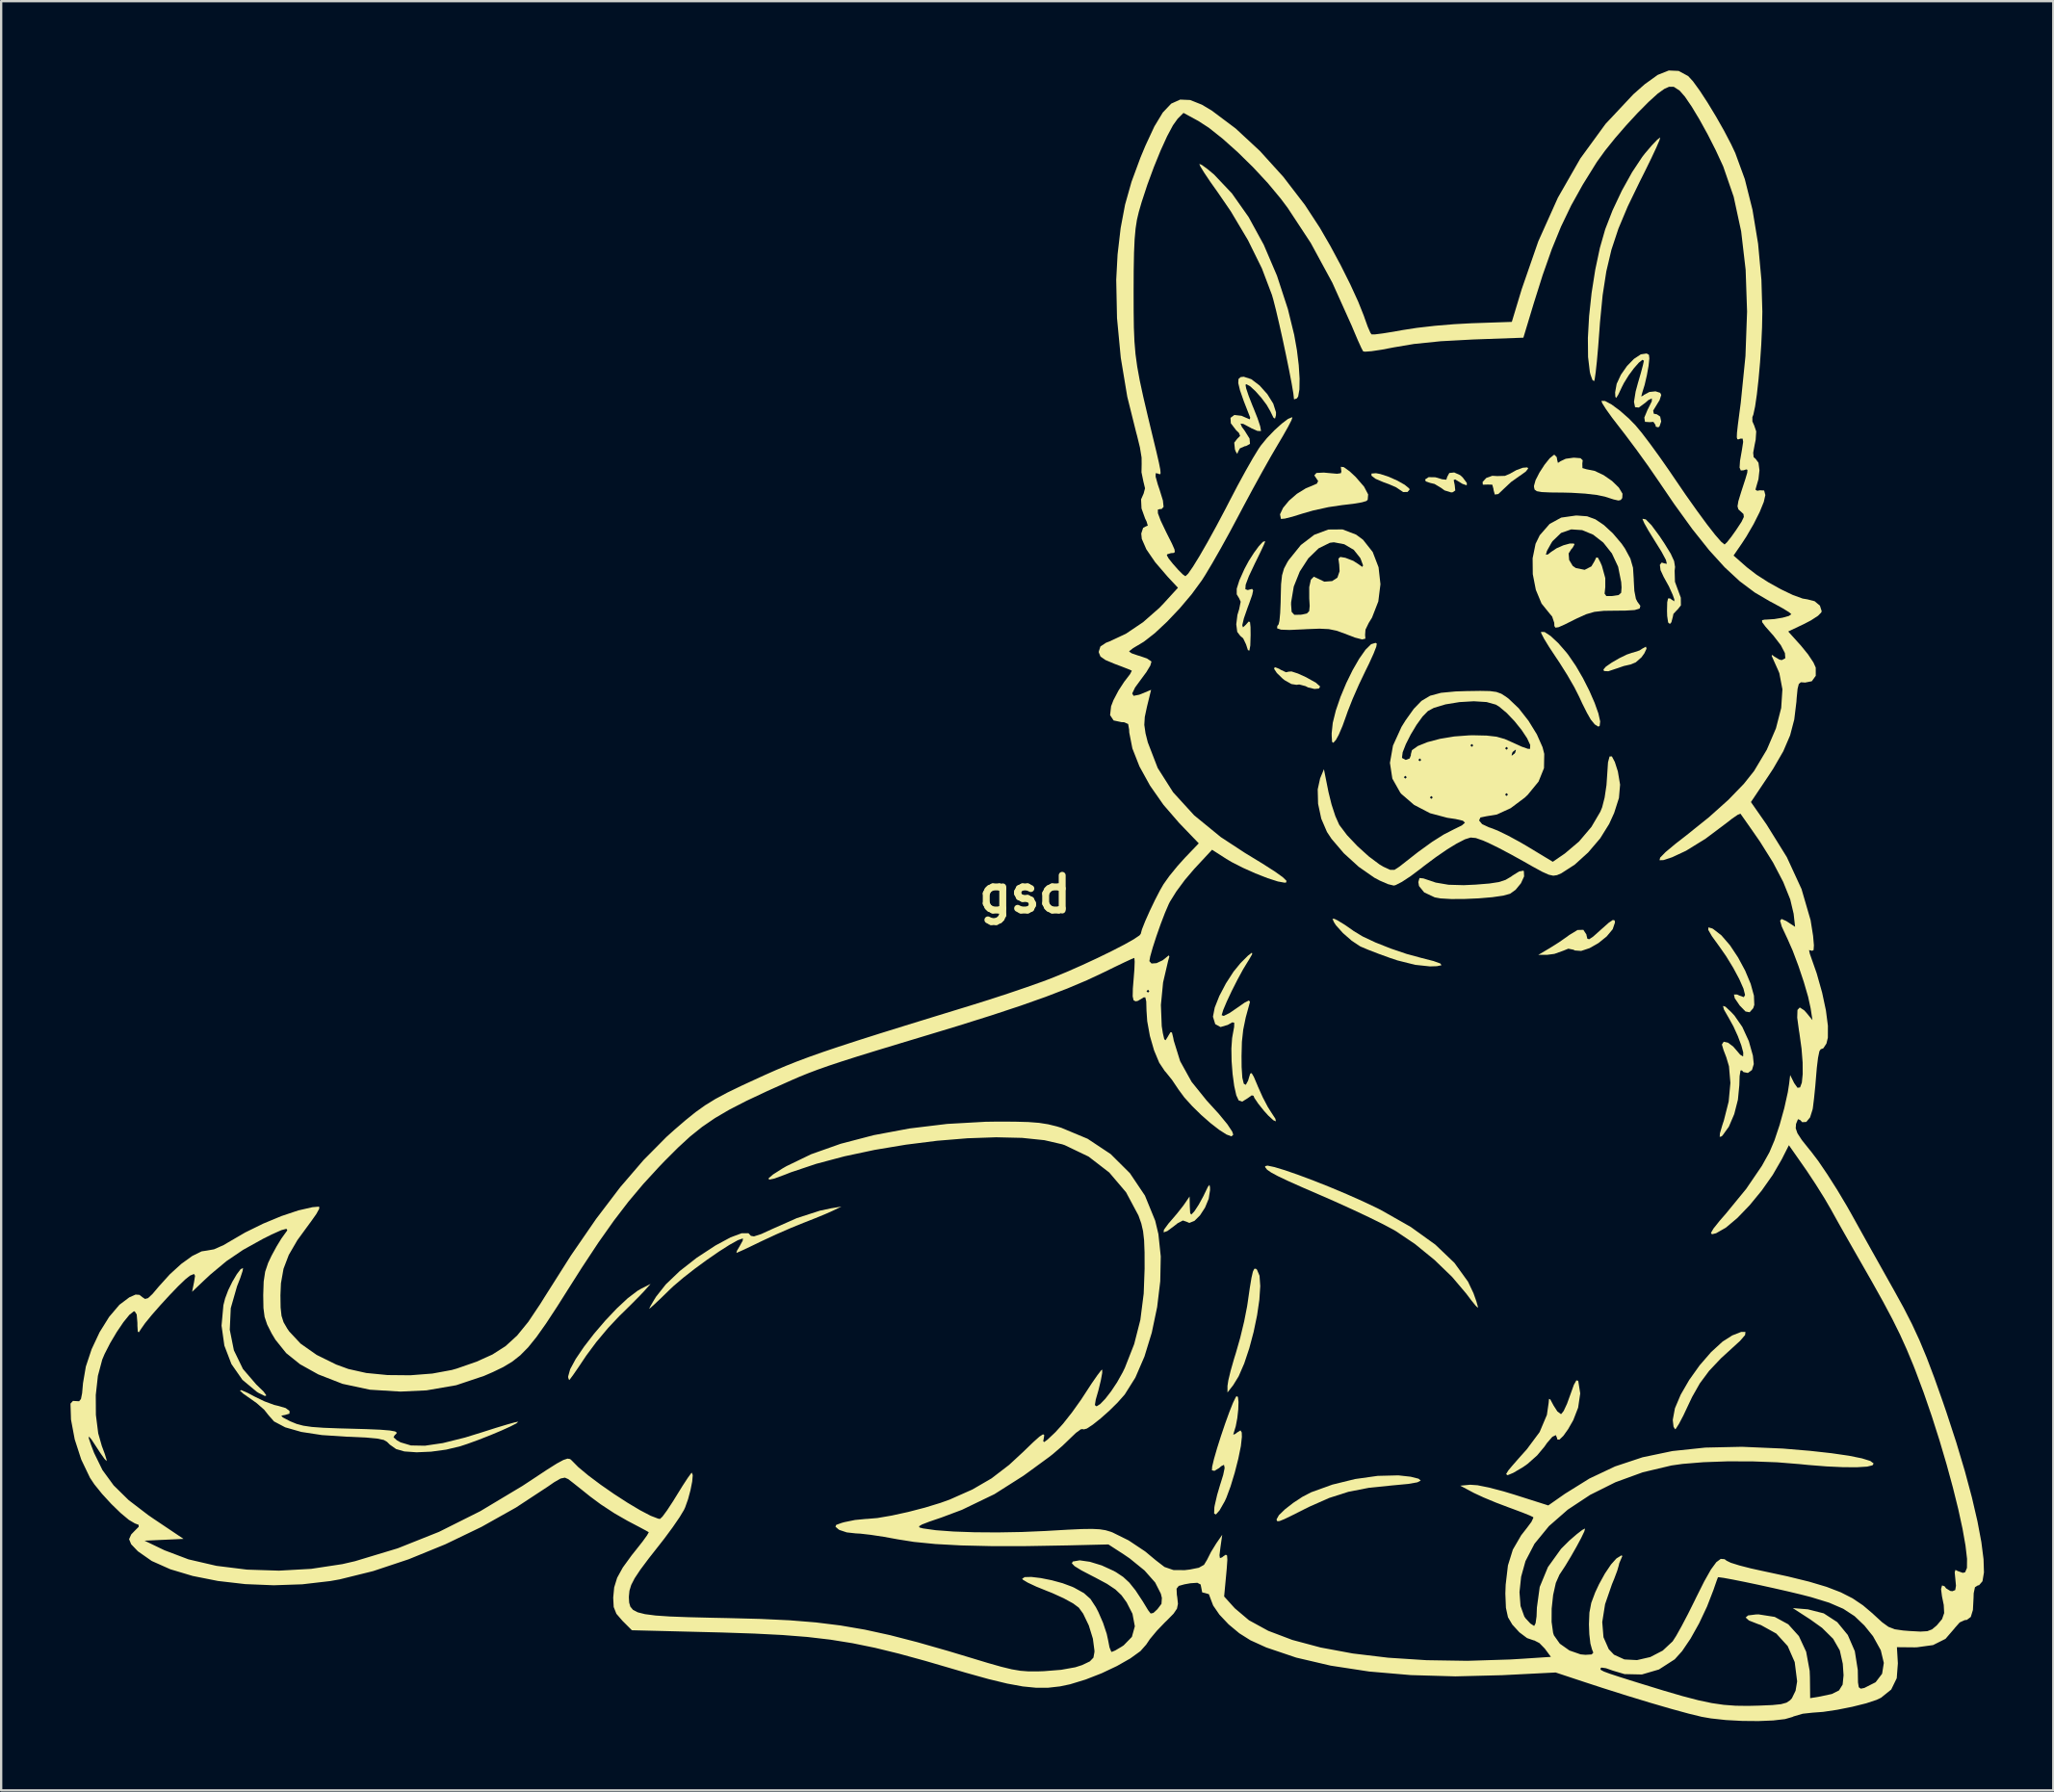
<source format=kicad_pcb>
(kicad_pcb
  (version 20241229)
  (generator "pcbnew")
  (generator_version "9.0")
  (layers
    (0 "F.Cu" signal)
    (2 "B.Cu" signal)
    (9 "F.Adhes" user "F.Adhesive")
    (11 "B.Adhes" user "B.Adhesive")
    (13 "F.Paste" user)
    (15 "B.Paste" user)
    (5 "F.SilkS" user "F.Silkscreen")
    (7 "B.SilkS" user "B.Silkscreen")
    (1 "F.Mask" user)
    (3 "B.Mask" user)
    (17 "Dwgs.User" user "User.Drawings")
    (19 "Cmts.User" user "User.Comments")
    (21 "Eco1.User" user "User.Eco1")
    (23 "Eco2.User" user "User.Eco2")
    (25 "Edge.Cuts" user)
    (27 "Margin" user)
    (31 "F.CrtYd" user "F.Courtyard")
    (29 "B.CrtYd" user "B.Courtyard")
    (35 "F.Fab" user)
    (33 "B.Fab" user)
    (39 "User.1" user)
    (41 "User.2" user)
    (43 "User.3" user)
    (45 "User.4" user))
  (footprint "gsd"
    (layer "F.Cu")
    (at 41.303 35.648)
    (property "Reference" "gsd" (at 0 0 0) (layer "F.SilkS") (effects (font (size 1.5 1.5) (thickness 0.3))))
    (attr board_only exclude_from_pos_files exclude_from_bom)
    (fp_poly (pts (xy 15.367 -18.188) (xy 15.73 -18.07) (xy 16.108 -17.902) (xy 16.428 -17.721) (xy 16.618 -17.566) (xy 16.641 -17.515) (xy 16.549 -17.409) (xy 16.36 -17.407) (xy 16.209 -17.508) (xy 16.058 -17.61) (xy 15.748 -17.746) (xy 15.513 -17.831) (xy 15.168 -17.978) (xy 14.989 -18.114) (xy 14.99 -18.207) (xy 15.184 -18.222)) (stroke (width 0) (type solid)) (fill yes) (layer "F.SilkS"))
    (fp_poly (pts (xy 26.892 -10.632) (xy 26.798 -10.43) (xy 26.672 -10.255) (xy 26.424 -10.037) (xy 26.203 -9.946) (xy 25.91 -9.88) (xy 25.611 -9.777) (xy 25.236 -9.652) (xy 25.052 -9.662) (xy 25.026 -9.728) (xy 25.128 -9.848) (xy 25.382 -10.025) (xy 25.71 -10.215) (xy 26.035 -10.374) (xy 26.279 -10.457) (xy 26.305 -10.46) (xy 26.586 -10.552) (xy 26.712 -10.634) (xy 26.865 -10.716)) (stroke (width 0) (type solid)) (fill yes) (layer "F.SilkS"))
    (fp_poly (pts (xy 10.987 -9.762) (xy 11.064 -9.715) (xy 11.29 -9.609) (xy 11.408 -9.635) (xy 11.53 -9.644) (xy 11.81 -9.553) (xy 12.16 -9.394) (xy 12.584 -9.157) (xy 12.769 -8.993) (xy 12.717 -8.904) (xy 12.523 -8.886) (xy 12.244 -8.953) (xy 12.137 -9.008) (xy 11.864 -9.08) (xy 11.745 -9.065) (xy 11.524 -9.099) (xy 11.23 -9.266) (xy 11.15 -9.329) (xy 10.894 -9.578) (xy 10.776 -9.757) (xy 10.804 -9.831)) (stroke (width 0) (type solid)) (fill yes) (layer "F.SilkS"))
    (fp_poly (pts (xy 21.771 -18.429) (xy 21.674 -18.301) (xy 21.434 -18.124) (xy 21.382 -18.092) (xy 21.03 -17.842) (xy 20.734 -17.564) (xy 20.477 -17.32) (xy 20.325 -17.299) (xy 20.27 -17.503) (xy 20.27 -17.532) (xy 20.217 -17.726) (xy 20.021 -17.731) (xy 20.02 -17.731) (xy 19.808 -17.725) (xy 19.797 -17.843) (xy 19.956 -18.016) (xy 20.216 -18.11) (xy 20.433 -18.098) (xy 20.764 -18.107) (xy 20.966 -18.192) (xy 21.259 -18.356) (xy 21.54 -18.458) (xy 21.732 -18.473)) (stroke (width 0) (type solid)) (fill yes) (layer "F.SilkS"))
    (fp_poly (pts (xy 31.156 19.07) (xy 30.931 19.33) (xy 30.78 19.467) (xy 30.106 20.082) (xy 29.595 20.625) (xy 29.197 21.161) (xy 28.863 21.75) (xy 28.704 22.086) (xy 28.486 22.549) (xy 28.297 22.909) (xy 28.165 23.117) (xy 28.127 23.148) (xy 28.06 23.038) (xy 28.028 22.77) (xy 28.028 22.73) (xy 28.119 22.241) (xy 28.369 21.651) (xy 28.738 21.013) (xy 29.189 20.381) (xy 29.683 19.81) (xy 30.182 19.353) (xy 30.599 19.087) (xy 30.984 18.936) (xy 31.171 18.935)) (stroke (width 0) (type solid)) (fill yes) (layer "F.SilkS"))
    (fp_poly (pts (xy -33.836 16.171) (xy -33.857 16.301) (xy -33.954 16.595) (xy -34.097 16.961) (xy -34.368 17.907) (xy -34.411 18.843) (xy -34.233 19.731) (xy -33.841 20.539) (xy -33.264 21.21) (xy -32.951 21.513) (xy -32.827 21.682) (xy -32.893 21.708) (xy -33.149 21.583) (xy -33.236 21.531) (xy -33.863 21.01) (xy -34.339 20.326) (xy -34.645 19.528) (xy -34.767 18.663) (xy -34.687 17.779) (xy -34.612 17.484) (xy -34.479 17.132) (xy -34.299 16.764) (xy -34.108 16.44) (xy -33.942 16.221) (xy -33.838 16.17)) (stroke (width 0) (type solid)) (fill yes) (layer "F.SilkS"))
    (fp_poly (pts (xy -16.454 17.141) (xy -16.655 17.354) (xy -16.98 17.683) (xy -17.372 18.071) (xy -17.551 18.244) (xy -18.038 18.76) (xy -18.549 19.371) (xy -18.985 19.958) (xy -19.041 20.042) (xy -19.325 20.466) (xy -19.554 20.798) (xy -19.697 20.991) (xy -19.727 21.021) (xy -19.766 20.92) (xy -19.769 20.861) (xy -19.682 20.548) (xy -19.444 20.108) (xy -19.089 19.584) (xy -18.652 19.017) (xy -18.167 18.45) (xy -17.669 17.923) (xy -17.193 17.479) (xy -16.773 17.159) (xy -16.629 17.075) (xy -16.203 16.857)) (stroke (width 0) (type solid)) (fill yes) (layer "F.SilkS"))
    (fp_poly (pts (xy 10.035 16.241) (xy 10.146 16.504) (xy 10.177 16.953) (xy 10.139 17.54) (xy 10.04 18.216) (xy 9.891 18.933) (xy 9.702 19.644) (xy 9.483 20.301) (xy 9.243 20.855) (xy 9.003 21.244) (xy 8.759 21.555) (xy 8.759 21.269) (xy 8.796 21.028) (xy 8.895 20.619) (xy 9.039 20.113) (xy 9.122 19.845) (xy 9.309 19.191) (xy 9.481 18.478) (xy 9.607 17.835) (xy 9.627 17.705) (xy 9.723 17.042) (xy 9.797 16.594) (xy 9.859 16.326) (xy 9.918 16.206) (xy 9.983 16.199)) (stroke (width 0) (type solid)) (fill yes) (layer "F.SilkS"))
    (fp_poly (pts (xy 15.22 -10.847) (xy 15.197 -10.713) (xy 15.078 -10.409) (xy 14.885 -9.985) (xy 14.732 -9.674) (xy 14.448 -9.08) (xy 14.174 -8.455) (xy 13.957 -7.904) (xy 13.902 -7.745) (xy 13.738 -7.289) (xy 13.573 -6.903) (xy 13.451 -6.681) (xy 13.338 -6.555) (xy 13.285 -6.597) (xy 13.269 -6.841) (xy 13.267 -6.968) (xy 13.314 -7.418) (xy 13.447 -7.955) (xy 13.648 -8.54) (xy 13.896 -9.134) (xy 14.172 -9.698) (xy 14.457 -10.193) (xy 14.73 -10.582) (xy 14.973 -10.823) (xy 15.166 -10.881)) (stroke (width 0) (type solid)) (fill yes) (layer "F.SilkS"))
    (fp_poly (pts (xy 18.824 -18.14) (xy 18.937 -18.039) (xy 19.117 -17.797) (xy 19.11 -17.698) (xy 18.926 -17.761) (xy 18.827 -17.821) (xy 18.609 -17.954) (xy 18.547 -17.924) (xy 18.591 -17.71) (xy 18.615 -17.474) (xy 18.497 -17.395) (xy 18.433 -17.392) (xy 18.153 -17.477) (xy 18.003 -17.586) (xy 17.718 -17.757) (xy 17.536 -17.8) (xy 17.341 -17.865) (xy 17.309 -17.951) (xy 17.462 -18.051) (xy 17.756 -18.046) (xy 18.049 -17.959) (xy 18.228 -17.941) (xy 18.268 -18.067) (xy 18.357 -18.231) (xy 18.569 -18.254)) (stroke (width 0) (type solid)) (fill yes) (layer "F.SilkS"))
    (fp_poly (pts (xy 22.481 -11.35) (xy 22.744 -11.176) (xy 23.071 -10.871) (xy 23.422 -10.468) (xy 23.512 -10.352) (xy 23.834 -9.881) (xy 24.142 -9.351) (xy 24.418 -8.804) (xy 24.646 -8.282) (xy 24.808 -7.826) (xy 24.886 -7.48) (xy 24.862 -7.285) (xy 24.804 -7.257) (xy 24.651 -7.352) (xy 24.477 -7.564) (xy 24.314 -7.851) (xy 24.109 -8.26) (xy 23.977 -8.546) (xy 23.769 -8.958) (xy 23.466 -9.483) (xy 23.12 -10.033) (xy 22.97 -10.257) (xy 22.678 -10.698) (xy 22.458 -11.058) (xy 22.337 -11.293) (xy 22.325 -11.356)) (stroke (width 0) (type solid)) (fill yes) (layer "F.SilkS"))
    (fp_poly (pts (xy 13.386 1.061) (xy 13.535 1.136) (xy 13.832 1.317) (xy 14.178 1.557) (xy 14.222 1.591) (xy 14.609 1.824) (xy 15.168 2.086) (xy 15.827 2.347) (xy 16.513 2.58) (xy 17.142 2.751) (xy 17.678 2.888) (xy 17.97 2.994) (xy 18.019 3.069) (xy 17.821 3.11) (xy 17.517 3.119) (xy 16.879 3.051) (xy 16.114 2.86) (xy 15.81 2.759) (xy 15.305 2.576) (xy 14.859 2.404) (xy 14.55 2.274) (xy 14.496 2.249) (xy 14.134 2.008) (xy 13.754 1.676) (xy 13.453 1.34) (xy 13.368 1.21) (xy 13.302 1.058)) (stroke (width 0) (type solid)) (fill yes) (layer "F.SilkS"))
    (fp_poly (pts (xy 16.686 25.201) (xy 17.027 25.287) (xy 17.121 25.368) (xy 16.973 25.444) (xy 16.585 25.512) (xy 15.961 25.571) (xy 15.922 25.574) (xy 14.88 25.68) (xy 13.99 25.854) (xy 13.158 26.12) (xy 12.288 26.505) (xy 12.106 26.596) (xy 11.572 26.865) (xy 11.222 27.035) (xy 11.017 27.118) (xy 10.919 27.129) (xy 10.888 27.083) (xy 10.886 27.04) (xy 10.985 26.864) (xy 11.244 26.613) (xy 11.603 26.333) (xy 12.002 26.07) (xy 12.374 25.876) (xy 13.296 25.543) (xy 14.282 25.301) (xy 15.259 25.164) (xy 16.152 25.142)) (stroke (width 0) (type solid)) (fill yes) (layer "F.SilkS"))
    (fp_poly (pts (xy 21.583 -1.002) (xy 21.594 -0.776) (xy 21.458 -0.479) (xy 21.226 -0.196) (xy 20.988 -0.025) (xy 20.69 0.057) (xy 20.214 0.125) (xy 19.632 0.174) (xy 19.017 0.201) (xy 18.441 0.204) (xy 17.975 0.177) (xy 17.728 0.132) (xy 17.27 -0.083) (xy 17.046 -0.359) (xy 17.017 -0.529) (xy 17.067 -0.706) (xy 17.236 -0.688) (xy 17.77 -0.508) (xy 18.323 -0.414) (xy 18.98 -0.396) (xy 19.504 -0.42) (xy 20.094 -0.468) (xy 20.5 -0.53) (xy 20.791 -0.625) (xy 21.034 -0.768) (xy 21.092 -0.812) (xy 21.377 -0.989) (xy 21.558 -1.023)) (stroke (width 0) (type solid)) (fill yes) (layer "F.SilkS"))
    (fp_poly (pts (xy 25.513 1.13) (xy 25.525 1.22) (xy 25.426 1.511) (xy 25.169 1.82) (xy 24.816 2.106) (xy 24.426 2.329) (xy 24.062 2.45) (xy 23.783 2.429) (xy 23.737 2.399) (xy 23.507 2.352) (xy 23.273 2.446) (xy 22.905 2.577) (xy 22.585 2.619) (xy 22.209 2.62) (xy 22.71 2.323) (xy 23.102 2.076) (xy 23.463 1.825) (xy 23.543 1.764) (xy 23.905 1.544) (xy 24.157 1.536) (xy 24.289 1.738) (xy 24.296 1.783) (xy 24.331 1.922) (xy 24.41 1.944) (xy 24.577 1.833) (xy 24.875 1.568) (xy 24.931 1.517) (xy 25.252 1.232) (xy 25.434 1.109)) (stroke (width 0) (type solid)) (fill yes) (layer "F.SilkS"))
    (fp_poly (pts (xy 29.731 1.476) (xy 29.771 1.497) (xy 30.131 1.776) (xy 30.501 2.205) (xy 30.852 2.733) (xy 31.16 3.307) (xy 31.398 3.875) (xy 31.538 4.385) (xy 31.554 4.784) (xy 31.508 4.926) (xy 31.353 5.103) (xy 31.175 5.071) (xy 30.932 4.822) (xy 30.915 4.8) (xy 30.709 4.497) (xy 30.673 4.335) (xy 30.808 4.334) (xy 30.905 4.379) (xy 31.101 4.45) (xy 31.154 4.355) (xy 31.154 4.352) (xy 31.085 4.08) (xy 30.903 3.667) (xy 30.641 3.178) (xy 30.333 2.675) (xy 30.044 2.261) (xy 29.72 1.813) (xy 29.562 1.539) (xy 29.567 1.43)) (stroke (width 0) (type solid)) (fill yes) (layer "F.SilkS"))
    (fp_poly (pts (xy 8.003 12.68) (xy 8.005 12.8) (xy 7.946 13.175) (xy 7.788 13.556) (xy 7.57 13.892) (xy 7.33 14.13) (xy 7.108 14.219) (xy 6.984 14.166) (xy 6.829 14.114) (xy 6.596 14.237) (xy 6.477 14.332) (xy 6.157 14.571) (xy 5.996 14.628) (xy 6.008 14.516) (xy 6.207 14.244) (xy 6.273 14.169) (xy 6.57 13.822) (xy 6.829 13.494) (xy 6.906 13.387) (xy 7.119 13.075) (xy 7.129 13.513) (xy 7.144 13.795) (xy 7.193 13.858) (xy 7.311 13.734) (xy 7.337 13.701) (xy 7.516 13.427) (xy 7.718 13.056) (xy 7.769 12.95) (xy 7.912 12.655) (xy 7.981 12.571)) (stroke (width 0) (type solid)) (fill yes) (layer "F.SilkS"))
    (fp_poly (pts (xy 7.654 -31.558) (xy 7.896 -31.381) (xy 8.18 -31.144) (xy 8.949 -30.332) (xy 9.671 -29.309) (xy 10.328 -28.108) (xy 10.901 -26.767) (xy 11.373 -25.322) (xy 11.645 -24.212) (xy 11.763 -23.549) (xy 11.842 -22.901) (xy 11.879 -22.317) (xy 11.871 -21.847) (xy 11.818 -21.542) (xy 11.762 -21.459) (xy 11.644 -21.418) (xy 11.636 -21.431) (xy 11.609 -21.671) (xy 11.536 -22.102) (xy 11.427 -22.671) (xy 11.293 -23.326) (xy 11.147 -24.012) (xy 10.998 -24.679) (xy 10.859 -25.272) (xy 10.74 -25.739) (xy 10.682 -25.939) (xy 10.249 -27.082) (xy 9.644 -28.308) (xy 8.901 -29.556) (xy 8.333 -30.384) (xy 8.004 -30.848) (xy 7.745 -31.235) (xy 7.582 -31.502) (xy 7.54 -31.606)) (stroke (width 0) (type solid)) (fill yes) (layer "F.SilkS"))
    (fp_poly (pts (xy 13.793 -18.484) (xy 14.045 -18.303) (xy 14.303 -18.062) (xy 14.669 -17.64) (xy 14.846 -17.303) (xy 14.826 -17.072) (xy 14.767 -17.018) (xy 14.573 -16.961) (xy 14.208 -16.899) (xy 13.749 -16.845) (xy 13.736 -16.844) (xy 13.127 -16.754) (xy 12.455 -16.606) (xy 11.995 -16.473) (xy 11.568 -16.34) (xy 11.241 -16.258) (xy 11.078 -16.243) (xy 11.072 -16.246) (xy 11.032 -16.443) (xy 11.163 -16.721) (xy 11.421 -17.033) (xy 11.764 -17.331) (xy 12.148 -17.568) (xy 12.35 -17.651) (xy 12.629 -17.772) (xy 12.682 -17.887) (xy 12.649 -17.931) (xy 12.516 -18.128) (xy 12.607 -18.233) (xy 12.927 -18.249) (xy 13.131 -18.23) (xy 13.499 -18.198) (xy 13.668 -18.223) (xy 13.689 -18.315) (xy 13.681 -18.337) (xy 13.664 -18.499)) (stroke (width 0) (type solid)) (fill yes) (layer "F.SilkS"))
    (fp_poly (pts (xy 27.482 -32.744) (xy 27.447 -32.62) (xy 27.314 -32.312) (xy 27.101 -31.857) (xy 26.825 -31.293) (xy 26.592 -30.828) (xy 26.074 -29.758) (xy 25.673 -28.801) (xy 25.372 -27.891) (xy 25.151 -26.956) (xy 24.992 -25.929) (xy 24.876 -24.74) (xy 24.85 -24.375) (xy 24.797 -23.677) (xy 24.743 -23.067) (xy 24.691 -22.59) (xy 24.648 -22.289) (xy 24.623 -22.204) (xy 24.549 -22.258) (xy 24.464 -22.494) (xy 24.438 -22.603) (xy 24.361 -23.249) (xy 24.353 -24.074) (xy 24.406 -25.018) (xy 24.514 -26.022) (xy 24.672 -27.026) (xy 24.872 -27.97) (xy 25.103 -28.778) (xy 25.421 -29.597) (xy 25.822 -30.447) (xy 26.265 -31.244) (xy 26.704 -31.907) (xy 26.832 -32.071) (xy 27.123 -32.411) (xy 27.351 -32.65) (xy 27.474 -32.745)) (stroke (width 0) (type solid)) (fill yes) (layer "F.SilkS"))
    (fp_poly (pts (xy 10.794 11.803) (xy 11.25 11.941) (xy 11.826 12.141) (xy 12.485 12.388) (xy 13.192 12.669) (xy 13.909 12.97) (xy 14.601 13.277) (xy 15.232 13.576) (xy 15.39 13.656) (xy 16.686 14.391) (xy 17.751 15.157) (xy 18.58 15.949) (xy 19.167 16.762) (xy 19.403 17.26) (xy 19.527 17.608) (xy 19.592 17.838) (xy 19.592 17.893) (xy 19.497 17.8) (xy 19.302 17.559) (xy 19.086 17.273) (xy 18.478 16.555) (xy 17.716 15.82) (xy 16.878 15.136) (xy 16.044 14.574) (xy 15.946 14.517) (xy 15.497 14.278) (xy 14.88 13.973) (xy 14.155 13.632) (xy 13.386 13.283) (xy 12.842 13.045) (xy 12.013 12.686) (xy 11.388 12.407) (xy 10.941 12.195) (xy 10.645 12.035) (xy 10.472 11.914) (xy 10.396 11.816) (xy 10.385 11.763) (xy 10.493 11.739)) (stroke (width 0) (type solid)) (fill yes) (layer "F.SilkS"))
    (fp_poly (pts (xy 23.006 -18.916) (xy 23.023 -18.806) (xy 23.057 -18.668) (xy 23.173 -18.743) (xy 23.394 -18.847) (xy 23.728 -18.893) (xy 23.75 -18.894) (xy 24.035 -18.872) (xy 24.13 -18.782) (xy 24.113 -18.643) (xy 24.118 -18.444) (xy 24.291 -18.393) (xy 24.647 -18.322) (xy 25.035 -18.138) (xy 25.401 -17.884) (xy 25.69 -17.603) (xy 25.851 -17.337) (xy 25.841 -17.147) (xy 25.775 -17.062) (xy 25.672 -17.04) (xy 25.467 -17.086) (xy 25.093 -17.206) (xy 25.087 -17.208) (xy 24.744 -17.28) (xy 24.233 -17.339) (xy 23.639 -17.375) (xy 23.304 -17.383) (xy 22.728 -17.389) (xy 22.356 -17.406) (xy 22.145 -17.443) (xy 22.049 -17.511) (xy 22.023 -17.62) (xy 22.022 -17.68) (xy 22.089 -17.92) (xy 22.256 -18.247) (xy 22.477 -18.588) (xy 22.7 -18.867) (xy 22.877 -19.012) (xy 22.908 -19.019)) (stroke (width 0) (type solid)) (fill yes) (layer "F.SilkS"))
    (fp_poly (pts (xy 23.929 21.049) (xy 23.939 21.071) (xy 24.022 21.596) (xy 23.931 22.212) (xy 23.721 22.753) (xy 23.501 23.139) (xy 23.291 23.433) (xy 23.123 23.596) (xy 23.031 23.591) (xy 23.023 23.538) (xy 22.968 23.401) (xy 22.815 23.474) (xy 22.582 23.744) (xy 22.47 23.905) (xy 22.156 24.28) (xy 21.745 24.645) (xy 21.553 24.781) (xy 21.126 25.033) (xy 20.878 25.136) (xy 20.815 25.088) (xy 20.909 24.931) (xy 21.075 24.732) (xy 21.352 24.415) (xy 21.683 24.045) (xy 21.712 24.013) (xy 22.265 23.269) (xy 22.58 22.524) (xy 22.655 22.007) (xy 22.671 21.834) (xy 22.725 21.854) (xy 22.849 22.083) (xy 22.867 22.118) (xy 23.032 22.375) (xy 23.18 22.487) (xy 23.203 22.486) (xy 23.306 22.354) (xy 23.449 22.048) (xy 23.595 21.647) (xy 23.746 21.225) (xy 23.855 21.031)) (stroke (width 0) (type solid)) (fill yes) (layer "F.SilkS"))
    (fp_poly (pts (xy 9.212 21.75) (xy 9.236 21.965) (xy 9.225 22.292) (xy 9.184 22.665) (xy 9.117 23.016) (xy 9.058 23.21) (xy 9.008 23.381) (xy 9.095 23.35) (xy 9.173 23.289) (xy 9.322 23.196) (xy 9.376 23.286) (xy 9.382 23.477) (xy 9.339 23.873) (xy 9.228 24.419) (xy 9.072 25.029) (xy 8.893 25.619) (xy 8.713 26.104) (xy 8.641 26.262) (xy 8.416 26.657) (xy 8.259 26.835) (xy 8.181 26.794) (xy 8.191 26.529) (xy 8.206 26.445) (xy 8.312 25.986) (xy 8.451 25.515) (xy 8.464 25.478) (xy 8.573 25.123) (xy 8.631 24.846) (xy 8.633 24.802) (xy 8.607 24.686) (xy 8.489 24.745) (xy 8.396 24.826) (xy 8.196 24.947) (xy 8.086 24.924) (xy 8.096 24.765) (xy 8.176 24.428) (xy 8.309 23.968) (xy 8.476 23.44) (xy 8.659 22.899) (xy 8.839 22.402) (xy 8.998 22.002) (xy 9.118 21.757) (xy 9.15 21.715)) (stroke (width 0) (type solid)) (fill yes) (layer "F.SilkS"))
    (fp_poly (pts (xy 26.858 -16.224) (xy 27.103 -15.974) (xy 27.451 -15.504) (xy 27.657 -15.195) (xy 27.936 -14.742) (xy 28.084 -14.42) (xy 28.125 -14.165) (xy 28.107 -14.004) (xy 28.121 -13.522) (xy 28.217 -13.26) (xy 28.374 -12.836) (xy 28.378 -12.503) (xy 28.228 -12.313) (xy 28.215 -12.307) (xy 28.055 -12.136) (xy 28.028 -12.006) (xy 27.967 -11.772) (xy 27.902 -11.699) (xy 27.826 -11.762) (xy 27.784 -12.042) (xy 27.777 -12.27) (xy 27.786 -12.641) (xy 27.823 -12.805) (xy 27.906 -12.805) (xy 27.969 -12.759) (xy 28.09 -12.678) (xy 28.094 -12.761) (xy 28.023 -12.962) (xy 27.859 -13.324) (xy 27.647 -13.709) (xy 27.635 -13.729) (xy 27.497 -14.028) (xy 27.468 -14.257) (xy 27.547 -14.357) (xy 27.661 -14.321) (xy 27.77 -14.301) (xy 27.73 -14.468) (xy 27.538 -14.828) (xy 27.222 -15.336) (xy 26.973 -15.739) (xy 26.795 -16.055) (xy 26.718 -16.231) (xy 26.719 -16.25)) (stroke (width 0) (type solid)) (fill yes) (layer "F.SilkS"))
    (fp_poly (pts (xy 10.385 -15.253) (xy 10.333 -15.125) (xy 10.196 -14.831) (xy 10 -14.429) (xy 9.949 -14.327) (xy 9.684 -13.765) (xy 9.546 -13.397) (xy 9.532 -13.203) (xy 9.637 -13.165) (xy 9.697 -13.183) (xy 9.825 -13.215) (xy 9.87 -13.152) (xy 9.828 -12.954) (xy 9.695 -12.578) (xy 9.634 -12.417) (xy 9.468 -11.939) (xy 9.399 -11.645) (xy 9.429 -11.551) (xy 9.559 -11.67) (xy 9.576 -11.692) (xy 9.679 -11.806) (xy 9.734 -11.777) (xy 9.756 -11.566) (xy 9.76 -11.222) (xy 9.746 -10.765) (xy 9.707 -10.545) (xy 9.643 -10.567) (xy 9.563 -10.814) (xy 9.439 -11.074) (xy 9.31 -11.186) (xy 9.181 -11.356) (xy 9.139 -11.684) (xy 9.189 -12.09) (xy 9.264 -12.337) (xy 9.33 -12.66) (xy 9.264 -12.808) (xy 9.159 -12.981) (xy 9.159 -13.224) (xy 9.273 -13.586) (xy 9.492 -14.076) (xy 9.68 -14.427) (xy 9.9 -14.771) (xy 10.113 -15.061) (xy 10.285 -15.248) (xy 10.378 -15.284)) (stroke (width 0) (type solid)) (fill yes) (layer "F.SilkS"))
    (fp_poly (pts (xy 30.303 4.861) (xy 30.55 5.091) (xy 30.693 5.244) (xy 31.035 5.738) (xy 31.317 6.353) (xy 31.493 6.978) (xy 31.531 7.346) (xy 31.454 7.601) (xy 31.277 7.73) (xy 31.083 7.691) (xy 31.02 7.619) (xy 30.957 7.625) (xy 30.918 7.867) (xy 30.906 8.258) (xy 30.845 8.886) (xy 30.686 9.51) (xy 30.454 10.053) (xy 30.179 10.436) (xy 30.135 10.475) (xy 30.057 10.496) (xy 30.067 10.342) (xy 30.169 9.991) (xy 30.237 9.787) (xy 30.445 8.966) (xy 30.52 8.159) (xy 30.458 7.439) (xy 30.342 7.05) (xy 30.221 6.734) (xy 30.157 6.517) (xy 30.155 6.491) (xy 30.231 6.378) (xy 30.415 6.419) (xy 30.641 6.587) (xy 30.76 6.725) (xy 30.942 6.938) (xy 31.062 7.012) (xy 31.071 7.007) (xy 31.076 6.847) (xy 30.991 6.533) (xy 30.841 6.134) (xy 30.651 5.716) (xy 30.448 5.349) (xy 30.447 5.347) (xy 30.244 4.993) (xy 30.198 4.83)) (stroke (width 0) (type solid)) (fill yes) (layer "F.SilkS"))
    (fp_poly (pts (xy -8.321 13.693) (xy -8.627 13.829) (xy -9.073 14.013) (xy -9.562 14.206) (xy -9.572 14.209) (xy -10.125 14.434) (xy -10.771 14.716) (xy -11.38 14.999) (xy -11.443 15.029) (xy -11.892 15.246) (xy -12.248 15.413) (xy -12.458 15.505) (xy -12.489 15.515) (xy -12.467 15.426) (xy -12.34 15.209) (xy -12.336 15.202) (xy -12.216 14.985) (xy -12.208 14.89) (xy -12.211 14.89) (xy -12.423 14.964) (xy -12.783 15.164) (xy -13.246 15.459) (xy -13.765 15.817) (xy -14.296 16.206) (xy -14.792 16.594) (xy -15.209 16.949) (xy -15.356 17.087) (xy -15.734 17.455) (xy -16.035 17.739) (xy -16.222 17.906) (xy -16.266 17.935) (xy -16.205 17.811) (xy -16.052 17.551) (xy -15.963 17.408) (xy -15.542 16.876) (xy -14.939 16.3) (xy -14.203 15.724) (xy -13.391 15.193) (xy -12.741 14.843) (xy -12.266 14.667) (xy -11.968 14.664) (xy -11.861 14.779) (xy -11.73 14.802) (xy -11.415 14.7) (xy -10.943 14.484) (xy -9.88 14.013) (xy -8.885 13.691) (xy -8.383 13.584) (xy -7.945 13.512)) (stroke (width 0) (type solid)) (fill yes) (layer "F.SilkS"))
    (fp_poly (pts (xy 9.789 -22.291) (xy 10.149 -22.017) (xy 10.484 -21.642) (xy 10.739 -21.233) (xy 10.859 -20.856) (xy 10.856 -20.73) (xy 10.815 -20.584) (xy 10.747 -20.628) (xy 10.622 -20.884) (xy 10.617 -20.896) (xy 10.454 -21.179) (xy 10.221 -21.489) (xy 9.966 -21.775) (xy 9.736 -21.987) (xy 9.578 -22.073) (xy 9.539 -22.048) (xy 9.568 -21.889) (xy 9.677 -21.564) (xy 9.844 -21.137) (xy 9.89 -21.029) (xy 10.062 -20.594) (xy 10.175 -20.251) (xy 10.208 -20.062) (xy 10.202 -20.045) (xy 10.056 -20.051) (xy 9.798 -20.165) (xy 9.768 -20.183) (xy 9.449 -20.353) (xy 9.323 -20.369) (xy 9.38 -20.228) (xy 9.5 -20.065) (xy 9.714 -19.722) (xy 9.733 -19.492) (xy 9.559 -19.396) (xy 9.519 -19.394) (xy 9.297 -19.297) (xy 9.23 -19.175) (xy 9.181 -19.058) (xy 9.114 -19.163) (xy 9.08 -19.259) (xy 9.051 -19.545) (xy 9.18 -19.71) (xy 9.306 -19.837) (xy 9.253 -19.967) (xy 9.133 -20.083) (xy 8.904 -20.382) (xy 8.89 -20.617) (xy 9.056 -20.741) (xy 9.367 -20.706) (xy 9.537 -20.631) (xy 9.722 -20.553) (xy 9.743 -20.624) (xy 9.729 -20.662) (xy 9.467 -21.333) (xy 9.301 -21.808) (xy 9.226 -22.119) (xy 9.236 -22.299) (xy 9.327 -22.381) (xy 9.462 -22.397)) (stroke (width 0) (type solid)) (fill yes) (layer "F.SilkS"))
    (fp_poly (pts (xy 26.995 -23.346) (xy 27.013 -23.19) (xy 26.979 -22.869) (xy 26.906 -22.461) (xy 26.809 -22.043) (xy 26.706 -21.709) (xy 26.662 -21.542) (xy 26.743 -21.579) (xy 26.783 -21.615) (xy 27.015 -21.737) (xy 27.281 -21.765) (xy 27.481 -21.701) (xy 27.527 -21.608) (xy 27.456 -21.385) (xy 27.343 -21.201) (xy 27.178 -20.93) (xy 27.205 -20.796) (xy 27.339 -20.77) (xy 27.481 -20.673) (xy 27.525 -20.461) (xy 27.456 -20.256) (xy 27.402 -20.207) (xy 27.293 -20.234) (xy 27.277 -20.313) (xy 27.188 -20.443) (xy 27.027 -20.431) (xy 26.824 -20.445) (xy 26.795 -20.63) (xy 26.939 -20.975) (xy 26.964 -21.021) (xy 27.118 -21.334) (xy 27.121 -21.459) (xy 26.975 -21.389) (xy 26.837 -21.269) (xy 26.558 -21.064) (xy 26.395 -21.079) (xy 26.348 -21.31) (xy 26.419 -21.754) (xy 26.516 -22.114) (xy 26.644 -22.555) (xy 26.736 -22.9) (xy 26.776 -23.083) (xy 26.776 -23.089) (xy 26.715 -23.129) (xy 26.559 -23.006) (xy 26.347 -22.766) (xy 26.119 -22.458) (xy 25.914 -22.127) (xy 25.828 -21.959) (xy 25.665 -21.614) (xy 25.577 -21.478) (xy 25.542 -21.529) (xy 25.532 -21.719) (xy 25.599 -22.09) (xy 25.784 -22.486) (xy 26.047 -22.861) (xy 26.347 -23.169) (xy 26.644 -23.365) (xy 26.896 -23.403)) (stroke (width 0) (type solid)) (fill yes) (layer "F.SilkS"))
    (fp_poly (pts (xy -33.64 21.572) (xy -33.342 21.73) (xy -32.909 21.94) (xy -32.483 22.096) (xy -32.301 22.139) (xy -31.99 22.231) (xy -31.824 22.357) (xy -31.828 22.472) (xy -32.032 22.532) (xy -32.052 22.533) (xy -32.181 22.559) (xy -32.116 22.635) (xy -31.84 22.78) (xy -31.781 22.808) (xy -31.519 22.916) (xy -31.228 22.993) (xy -30.859 23.047) (xy -30.361 23.083) (xy -29.683 23.109) (xy -29.341 23.118) (xy -28.505 23.141) (xy -27.894 23.167) (xy -27.486 23.2) (xy -27.256 23.242) (xy -27.179 23.298) (xy -27.232 23.369) (xy -27.267 23.392) (xy -27.326 23.492) (xy -27.182 23.624) (xy -27.022 23.713) (xy -26.572 23.848) (xy -25.968 23.859) (xy -25.192 23.745) (xy -24.23 23.505) (xy -23.473 23.271) (xy -22.902 23.089) (xy -22.425 22.945) (xy -22.087 22.85) (xy -21.934 22.82) (xy -21.931 22.822) (xy -22.008 22.893) (xy -22.27 23.028) (xy -22.664 23.206) (xy -23.14 23.406) (xy -23.647 23.605) (xy -24.133 23.782) (xy -24.443 23.884) (xy -25.049 24.029) (xy -25.701 24.117) (xy -26.327 24.144) (xy -26.855 24.107) (xy -27.214 24.004) (xy -27.483 23.814) (xy -27.606 23.692) (xy -27.748 23.61) (xy -28.042 23.549) (xy -28.521 23.505) (xy -29.214 23.473) (xy -29.358 23.469) (xy -30.424 23.399) (xy -31.315 23.263) (xy -32.012 23.064) (xy -32.497 22.808) (xy -32.736 22.537) (xy -32.924 22.3) (xy -33.244 22.019) (xy -33.463 21.863) (xy -33.828 21.608) (xy -33.974 21.47) (xy -33.909 21.455)) (stroke (width 0) (type solid)) (fill yes) (layer "F.SilkS"))
    (fp_poly (pts (xy 9.83 2.585) (xy 9.687 2.835) (xy 9.639 2.909) (xy 9.428 3.257) (xy 9.186 3.703) (xy 8.942 4.184) (xy 8.728 4.64) (xy 8.574 5.006) (xy 8.509 5.222) (xy 8.508 5.231) (xy 8.597 5.262) (xy 8.846 5.138) (xy 9.149 4.931) (xy 9.496 4.689) (xy 9.68 4.596) (xy 9.732 4.641) (xy 9.72 4.701) (xy 9.548 5.33) (xy 9.44 5.858) (xy 9.383 6.382) (xy 9.367 6.997) (xy 9.371 7.476) (xy 9.401 7.935) (xy 9.465 8.195) (xy 9.552 8.243) (xy 9.651 8.062) (xy 9.692 7.92) (xy 9.745 7.755) (xy 9.805 7.738) (xy 9.898 7.896) (xy 10.052 8.257) (xy 10.079 8.324) (xy 10.285 8.783) (xy 10.504 9.201) (xy 10.644 9.423) (xy 10.829 9.707) (xy 10.855 9.823) (xy 10.745 9.777) (xy 10.522 9.572) (xy 10.338 9.368) (xy 10.088 9.055) (xy 9.923 8.811) (xy 9.885 8.717) (xy 9.808 8.699) (xy 9.632 8.824) (xy 9.397 8.97) (xy 9.244 8.919) (xy 9.14 8.696) (xy 9.05 8.292) (xy 8.98 7.774) (xy 8.937 7.212) (xy 8.928 6.672) (xy 8.959 6.225) (xy 8.975 6.13) (xy 9.046 5.742) (xy 9.052 5.559) (xy 8.973 5.538) (xy 8.793 5.638) (xy 8.773 5.65) (xy 8.459 5.743) (xy 8.229 5.617) (xy 8.133 5.303) (xy 8.133 5.279) (xy 8.208 4.898) (xy 8.406 4.399) (xy 8.691 3.856) (xy 9.023 3.343) (xy 9.327 2.972) (xy 9.646 2.654) (xy 9.815 2.525)) (stroke (width 0) (type solid)) (fill yes) (layer "F.SilkS"))
    (fp_poly (pts (xy 14.324 -15.565) (xy 14.625 -15.342) (xy 15.043 -14.812) (xy 15.296 -14.152) (xy 15.378 -13.419) (xy 15.285 -12.673) (xy 15.013 -11.973) (xy 14.87 -11.742) (xy 14.73 -11.452) (xy 14.713 -11.214) (xy 14.715 -11.21) (xy 14.726 -11.063) (xy 14.586 -11.029) (xy 14.273 -11.11) (xy 13.826 -11.282) (xy 13.478 -11.407) (xy 13.142 -11.476) (xy 12.737 -11.495) (xy 12.182 -11.474) (xy 12.043 -11.466) (xy 11.447 -11.439) (xy 11.076 -11.452) (xy 10.906 -11.51) (xy 10.916 -11.616) (xy 10.969 -11.678) (xy 11.007 -11.832) (xy 11.039 -12.175) (xy 11.055 -12.54) (xy 11.511 -12.54) (xy 11.535 -12.223) (xy 11.651 -12.095) (xy 11.922 -12.098) (xy 11.989 -12.107) (xy 12.195 -12.152) (xy 12.294 -12.253) (xy 12.316 -12.479) (xy 12.297 -12.805) (xy 12.296 -13.292) (xy 12.367 -13.615) (xy 12.496 -13.745) (xy 12.657 -13.669) (xy 12.949 -13.529) (xy 13.287 -13.554) (xy 13.514 -13.701) (xy 13.61 -13.98) (xy 13.594 -14.266) (xy 13.56 -14.524) (xy 13.64 -14.599) (xy 13.86 -14.562) (xy 14.202 -14.43) (xy 14.42 -14.29) (xy 14.591 -14.169) (xy 14.626 -14.231) (xy 14.53 -14.492) (xy 14.5 -14.559) (xy 14.223 -14.906) (xy 13.811 -15.148) (xy 13.362 -15.233) (xy 13.188 -15.211) (xy 12.703 -14.971) (xy 12.257 -14.538) (xy 11.887 -13.968) (xy 11.627 -13.318) (xy 11.514 -12.643) (xy 11.511 -12.54) (xy 11.055 -12.54) (xy 11.059 -12.643) (xy 11.063 -12.856) (xy 11.078 -13.417) (xy 11.12 -13.805) (xy 11.205 -14.098) (xy 11.351 -14.374) (xy 11.407 -14.462) (xy 11.933 -15.114) (xy 12.514 -15.558) (xy 13.124 -15.785) (xy 13.736 -15.79)) (stroke (width 0) (type solid)) (fill yes) (layer "F.SilkS"))
    (fp_poly (pts (xy 24.32 -16.358) (xy 24.677 -16.227) (xy 25.044 -15.98) (xy 25.434 -15.62) (xy 25.813 -15.173) (xy 25.96 -14.958) (xy 26.192 -14.528) (xy 26.306 -14.13) (xy 26.338 -13.63) (xy 26.338 -13.586) (xy 26.364 -13.129) (xy 26.431 -12.787) (xy 26.495 -12.66) (xy 26.624 -12.483) (xy 26.594 -12.367) (xy 26.38 -12.301) (xy 25.957 -12.276) (xy 25.604 -12.274) (xy 25.044 -12.267) (xy 24.636 -12.223) (xy 24.28 -12.12) (xy 23.877 -11.938) (xy 23.793 -11.897) (xy 23.349 -11.675) (xy 23.083 -11.558) (xy 22.95 -11.539) (xy 22.903 -11.609) (xy 22.898 -11.746) (xy 22.807 -12.019) (xy 22.701 -12.145) (xy 22.348 -12.582) (xy 22.101 -13.176) (xy 21.969 -13.854) (xy 21.962 -14.542) (xy 21.993 -14.694) (xy 22.535 -14.694) (xy 22.631 -14.711) (xy 22.755 -14.811) (xy 22.994 -14.971) (xy 23.292 -15.102) (xy 23.57 -15.179) (xy 23.747 -15.178) (xy 23.773 -15.139) (xy 23.683 -14.978) (xy 23.648 -14.952) (xy 23.52 -14.749) (xy 23.543 -14.468) (xy 23.696 -14.213) (xy 23.828 -14.12) (xy 24.214 -14.041) (xy 24.505 -14.19) (xy 24.64 -14.418) (xy 24.716 -14.577) (xy 24.787 -14.568) (xy 24.895 -14.364) (xy 24.962 -14.207) (xy 25.106 -13.683) (xy 25.106 -13.293) (xy 25.076 -13.011) (xy 25.152 -12.906) (xy 25.395 -12.907) (xy 25.438 -12.912) (xy 25.683 -12.949) (xy 25.793 -13.048) (xy 25.81 -13.28) (xy 25.795 -13.51) (xy 25.662 -14.174) (xy 25.392 -14.751) (xy 25.02 -15.22) (xy 24.58 -15.563) (xy 24.107 -15.759) (xy 23.633 -15.791) (xy 23.194 -15.638) (xy 22.824 -15.282) (xy 22.776 -15.208) (xy 22.583 -14.863) (xy 22.535 -14.694) (xy 21.993 -14.694) (xy 22.089 -15.166) (xy 22.27 -15.537) (xy 22.699 -16.028) (xy 23.2 -16.301) (xy 23.836 -16.391) (xy 23.877 -16.391)) (stroke (width 0) (type solid)) (fill yes) (layer "F.SilkS"))
    (fp_poly (pts (xy 20.112 -8.795) (xy 20.394 -8.757) (xy 20.605 -8.681) (xy 20.804 -8.554) (xy 20.926 -8.463) (xy 21.361 -8.049) (xy 21.784 -7.509) (xy 22.145 -6.922) (xy 22.392 -6.366) (xy 22.465 -6.078) (xy 22.454 -5.46) (xy 22.219 -4.878) (xy 21.75 -4.305) (xy 21.62 -4.182) (xy 21.013 -3.728) (xy 20.412 -3.452) (xy 19.961 -3.378) (xy 19.703 -3.325) (xy 19.646 -3.195) (xy 19.777 -3.037) (xy 20.079 -2.896) (xy 20.126 -2.883) (xy 20.44 -2.762) (xy 20.893 -2.543) (xy 21.413 -2.261) (xy 21.721 -2.081) (xy 22.835 -1.408) (xy 23.359 -1.768) (xy 23.97 -2.285) (xy 24.505 -2.916) (xy 24.893 -3.576) (xy 24.97 -3.765) (xy 25.077 -4.184) (xy 25.158 -4.728) (xy 25.191 -5.211) (xy 25.224 -5.711) (xy 25.291 -5.964) (xy 25.391 -5.969) (xy 25.519 -5.727) (xy 25.651 -5.315) (xy 25.747 -4.745) (xy 25.697 -4.168) (xy 25.49 -3.52) (xy 25.274 -3.045) (xy 24.886 -2.422) (xy 24.364 -1.81) (xy 23.781 -1.282) (xy 23.209 -0.913) (xy 23.195 -0.906) (xy 23.018 -0.83) (xy 22.856 -0.806) (xy 22.66 -0.849) (xy 22.38 -0.974) (xy 21.969 -1.198) (xy 21.572 -1.424) (xy 21.015 -1.732) (xy 20.481 -2.014) (xy 20.04 -2.23) (xy 19.814 -2.328) (xy 19.505 -2.436) (xy 19.279 -2.457) (xy 19.035 -2.381) (xy 18.675 -2.195) (xy 18.662 -2.188) (xy 18.27 -1.948) (xy 17.775 -1.608) (xy 17.268 -1.23) (xy 17.12 -1.113) (xy 16.691 -0.791) (xy 16.31 -0.54) (xy 16.033 -0.398) (xy 15.953 -0.379) (xy 15.707 -0.439) (xy 15.348 -0.594) (xy 15.112 -0.72) (xy 14.438 -1.19) (xy 13.793 -1.777) (xy 13.26 -2.402) (xy 13.064 -2.698) (xy 12.817 -3.273) (xy 12.679 -3.919) (xy 12.663 -4.541) (xy 12.767 -5.017) (xy 12.932 -5.413) (xy 13.129 -4.427) (xy 13.262 -3.888) (xy 13.426 -3.385) (xy 13.59 -3.017) (xy 13.607 -2.99) (xy 13.932 -2.56) (xy 14.382 -2.085) (xy 14.878 -1.636) (xy 15.343 -1.289) (xy 15.512 -1.19) (xy 15.797 -1.06) (xy 15.985 -1.059) (xy 16.199 -1.198) (xy 16.252 -1.24) (xy 17.001 -1.827) (xy 17.61 -2.268) (xy 18.118 -2.589) (xy 18.56 -2.815) (xy 18.901 -2.982) (xy 19.034 -3.098) (xy 18.947 -3.184) (xy 18.63 -3.258) (xy 18.268 -3.312) (xy 17.523 -3.51) (xy 16.831 -3.871) (xy 16.459 -4.192) (xy 17.517 -4.192) (xy 17.58 -4.129) (xy 17.642 -4.192) (xy 17.58 -4.254) (xy 17.517 -4.192) (xy 16.459 -4.192) (xy 16.314 -4.317) (xy 20.77 -4.317) (xy 20.833 -4.254) (xy 20.896 -4.317) (xy 20.833 -4.379) (xy 20.77 -4.317) (xy 16.314 -4.317) (xy 16.281 -4.345) (xy 16.235 -4.401) (xy 15.892 -5.008) (xy 15.883 -5.067) (xy 16.391 -5.067) (xy 16.454 -5.005) (xy 16.516 -5.067) (xy 16.454 -5.13) (xy 16.391 -5.067) (xy 15.883 -5.067) (xy 15.788 -5.689) (xy 15.829 -5.919) (xy 16.31 -5.919) (xy 16.32 -5.895) (xy 16.472 -5.816) (xy 16.479 -5.818) (xy 17.017 -5.818) (xy 17.079 -5.756) (xy 17.142 -5.818) (xy 17.079 -5.881) (xy 17.017 -5.818) (xy 16.479 -5.818) (xy 16.64 -5.878) (xy 16.693 -6.014) (xy 21.051 -6.014) (xy 21.068 -6.006) (xy 21.183 -6.094) (xy 21.208 -6.131) (xy 21.24 -6.248) (xy 21.223 -6.256) (xy 21.109 -6.168) (xy 21.083 -6.131) (xy 21.051 -6.014) (xy 16.693 -6.014) (xy 16.699 -6.029) (xy 16.692 -6.055) (xy 16.741 -6.237) (xy 16.857 -6.319) (xy 20.77 -6.319) (xy 20.833 -6.256) (xy 20.896 -6.319) (xy 20.833 -6.381) (xy 20.77 -6.319) (xy 16.857 -6.319) (xy 16.998 -6.419) (xy 17.06 -6.444) (xy 19.269 -6.444) (xy 19.332 -6.381) (xy 19.394 -6.444) (xy 19.332 -6.506) (xy 19.269 -6.444) (xy 17.06 -6.444) (xy 17.417 -6.587) (xy 17.956 -6.729) (xy 18.571 -6.831) (xy 19.219 -6.879) (xy 19.385 -6.882) (xy 19.972 -6.869) (xy 20.399 -6.821) (xy 20.759 -6.719) (xy 21.128 -6.555) (xy 21.489 -6.39) (xy 21.754 -6.297) (xy 21.85 -6.293) (xy 21.858 -6.463) (xy 21.723 -6.754) (xy 21.482 -7.116) (xy 21.175 -7.497) (xy 20.84 -7.848) (xy 20.516 -8.119) (xy 20.371 -8.208) (xy 19.97 -8.32) (xy 19.418 -8.354) (xy 18.797 -8.318) (xy 18.192 -8.219) (xy 17.685 -8.066) (xy 17.431 -7.929) (xy 17.2 -7.693) (xy 16.941 -7.335) (xy 16.689 -6.916) (xy 16.477 -6.498) (xy 16.339 -6.145) (xy 16.31 -5.919) (xy 15.829 -5.919) (xy 15.92 -6.436) (xy 16.289 -7.246) (xy 16.462 -7.525) (xy 16.818 -8.024) (xy 17.153 -8.37) (xy 17.527 -8.593) (xy 17.999 -8.72) (xy 18.627 -8.779) (xy 19.095 -8.794) (xy 19.699 -8.803)) (stroke (width 0) (type solid)) (fill yes) (layer "F.SilkS"))
    (fp_poly (pts (xy 28.281 -35.629) (xy 28.689 -35.408) (xy 28.695 -35.404) (xy 28.903 -35.177) (xy 29.193 -34.777) (xy 29.534 -34.255) (xy 29.894 -33.661) (xy 30.243 -33.046) (xy 30.549 -32.461) (xy 30.731 -32.076) (xy 31.144 -30.944) (xy 31.476 -29.62) (xy 31.718 -28.152) (xy 31.862 -26.586) (xy 31.902 -25.212) (xy 31.889 -24.532) (xy 31.855 -23.785) (xy 31.803 -23.022) (xy 31.738 -22.289) (xy 31.665 -21.634) (xy 31.588 -21.107) (xy 31.512 -20.753) (xy 31.47 -20.648) (xy 31.472 -20.461) (xy 31.55 -20.286) (xy 31.637 -20.031) (xy 31.613 -19.666) (xy 31.573 -19.473) (xy 31.506 -19.108) (xy 31.525 -18.916) (xy 31.612 -18.841) (xy 31.735 -18.674) (xy 31.777 -18.353) (xy 31.734 -17.963) (xy 31.665 -17.727) (xy 31.604 -17.51) (xy 31.683 -17.461) (xy 31.79 -17.483) (xy 31.98 -17.474) (xy 32.032 -17.277) (xy 31.965 -16.981) (xy 31.786 -16.541) (xy 31.524 -16.02) (xy 31.21 -15.48) (xy 31.015 -15.181) (xy 30.657 -14.659) (xy 31.237 -14.148) (xy 31.651 -13.83) (xy 32.162 -13.502) (xy 32.707 -13.198) (xy 33.222 -12.952) (xy 33.645 -12.798) (xy 33.854 -12.763) (xy 34.164 -12.683) (xy 34.393 -12.492) (xy 34.468 -12.257) (xy 34.454 -12.199) (xy 34.31 -12.052) (xy 34.008 -11.855) (xy 33.703 -11.696) (xy 33.021 -11.373) (xy 33.576 -10.756) (xy 33.878 -10.385) (xy 34.111 -10.035) (xy 34.212 -9.812) (xy 34.213 -9.456) (xy 34.042 -9.22) (xy 33.743 -9.161) (xy 33.712 -9.166) (xy 33.568 -9.176) (xy 33.48 -9.102) (xy 33.427 -8.895) (xy 33.388 -8.504) (xy 33.376 -8.332) (xy 33.283 -7.566) (xy 33.103 -6.877) (xy 32.808 -6.19) (xy 32.37 -5.434) (xy 32.146 -5.093) (xy 31.408 -3.992) (xy 32.08 -3.029) (xy 32.962 -1.609) (xy 33.598 -0.227) (xy 33.99 1.12) (xy 34.098 1.797) (xy 34.133 2.209) (xy 34.119 2.413) (xy 34.049 2.447) (xy 34.023 2.433) (xy 33.922 2.414) (xy 33.958 2.576) (xy 34.255 3.423) (xy 34.489 4.254) (xy 34.653 5.024) (xy 34.739 5.688) (xy 34.737 6.201) (xy 34.675 6.459) (xy 34.539 6.664) (xy 34.427 6.705) (xy 34.371 6.79) (xy 34.312 7.073) (xy 34.26 7.501) (xy 34.24 7.73) (xy 34.193 8.296) (xy 34.139 8.828) (xy 34.09 9.229) (xy 34.078 9.301) (xy 33.968 9.651) (xy 33.804 9.849) (xy 33.628 9.86) (xy 33.537 9.766) (xy 33.444 9.73) (xy 33.36 9.934) (xy 33.346 10.125) (xy 33.421 10.341) (xy 33.611 10.632) (xy 33.943 11.048) (xy 34.003 11.119) (xy 34.319 11.535) (xy 34.71 12.111) (xy 35.138 12.783) (xy 35.56 13.49) (xy 35.759 13.842) (xy 36.183 14.605) (xy 36.643 15.43) (xy 37.093 16.232) (xy 37.484 16.93) (xy 37.602 17.139) (xy 38.017 17.893) (xy 38.375 18.593) (xy 38.699 19.292) (xy 39.013 20.047) (xy 39.341 20.912) (xy 39.705 21.94) (xy 39.863 22.4) (xy 40.293 23.715) (xy 40.663 24.954) (xy 40.97 26.098) (xy 41.209 27.128) (xy 41.378 28.025) (xy 41.473 28.769) (xy 41.491 29.342) (xy 41.427 29.724) (xy 41.279 29.896) (xy 41.226 29.904) (xy 41.102 29.982) (xy 41.047 30.243) (xy 41.04 30.457) (xy 41.013 30.968) (xy 40.921 31.269) (xy 40.751 31.396) (xy 40.659 31.406) (xy 40.441 31.506) (xy 40.227 31.748) (xy 40.217 31.764) (xy 39.827 32.216) (xy 39.289 32.486) (xy 38.583 32.583) (xy 38.475 32.584) (xy 37.725 32.577) (xy 37.766 33.276) (xy 37.717 33.92) (xy 37.478 34.41) (xy 37.037 34.765) (xy 36.844 34.857) (xy 36.394 35.006) (xy 35.792 35.156) (xy 35.138 35.286) (xy 34.528 35.377) (xy 34.079 35.41) (xy 33.648 35.457) (xy 33.255 35.572) (xy 33.203 35.597) (xy 32.882 35.689) (xy 32.372 35.748) (xy 31.737 35.774) (xy 31.035 35.768) (xy 30.327 35.73) (xy 29.675 35.659) (xy 29.279 35.59) (xy 28.712 35.452) (xy 27.955 35.245) (xy 27.052 34.982) (xy 26.05 34.677) (xy 24.994 34.343) (xy 24.21 34.087) (xy 22.958 33.672) (xy 20.644 33.789) (xy 18.621 33.84) (xy 16.693 33.785) (xy 14.886 33.63) (xy 14.142 33.516) (xy 24.891 33.516) (xy 24.923 33.566) (xy 25.05 33.632) (xy 25.306 33.727) (xy 25.723 33.864) (xy 26.335 34.057) (xy 26.589 34.136) (xy 27.614 34.451) (xy 28.446 34.694) (xy 29.131 34.873) (xy 29.712 34.996) (xy 30.235 35.072) (xy 30.744 35.11) (xy 31.283 35.117) (xy 31.773 35.105) (xy 32.339 35.081) (xy 32.71 35.043) (xy 32.946 34.978) (xy 33.101 34.875) (xy 33.181 34.787) (xy 33.34 34.46) (xy 33.407 34.059) (xy 33.407 34.051) (xy 33.302 33.221) (xy 32.998 32.528) (xy 32.506 31.988) (xy 31.839 31.619) (xy 31.707 31.574) (xy 31.321 31.422) (xy 31.18 31.294) (xy 31.284 31.203) (xy 31.632 31.16) (xy 31.742 31.158) (xy 32.438 31.267) (xy 33.024 31.587) (xy 33.483 32.097) (xy 33.798 32.775) (xy 33.95 33.6) (xy 33.961 33.877) (xy 33.971 34.783) (xy 34.409 34.71) (xy 34.908 34.603) (xy 35.219 34.448) (xy 35.376 34.195) (xy 35.416 33.792) (xy 35.382 33.292) (xy 35.253 32.716) (xy 34.964 32.213) (xy 34.485 31.74) (xy 33.983 31.381) (xy 33.22 30.886) (xy 33.872 30.939) (xy 34.559 31.113) (xy 35.143 31.493) (xy 35.599 32.049) (xy 35.903 32.75) (xy 36.032 33.565) (xy 36.034 33.698) (xy 36.041 34.103) (xy 36.075 34.311) (xy 36.159 34.372) (xy 36.316 34.341) (xy 36.317 34.34) (xy 36.803 34.094) (xy 37.084 33.726) (xy 37.158 33.258) (xy 37.027 32.71) (xy 36.69 32.102) (xy 36.318 31.64) (xy 35.893 31.235) (xy 35.405 30.916) (xy 34.791 30.651) (xy 34.011 30.411) (xy 33.559 30.295) (xy 32.999 30.161) (xy 32.377 30.02) (xy 31.741 29.88) (xy 31.14 29.754) (xy 30.619 29.65) (xy 30.226 29.578) (xy 30.008 29.549) (xy 29.981 29.553) (xy 29.931 29.684) (xy 29.832 29.968) (xy 29.79 30.092) (xy 29.508 30.82) (xy 29.166 31.545) (xy 28.795 32.208) (xy 28.429 32.749) (xy 28.111 33.102) (xy 27.428 33.542) (xy 26.69 33.758) (xy 25.939 33.742) (xy 25.439 33.594) (xy 25.137 33.488) (xy 24.944 33.46) (xy 24.922 33.469) (xy 24.891 33.516) (xy 14.142 33.516) (xy 13.225 33.376) (xy 11.734 33.028) (xy 10.438 32.59) (xy 9.752 32.278) (xy 9.272 31.976) (xy 8.805 31.587) (xy 8.409 31.167) (xy 8.139 30.774) (xy 8.058 30.562) (xy 7.954 30.283) (xy 7.806 30.24) (xy 7.664 30.205) (xy 7.633 30.043) (xy 7.597 29.864) (xy 7.455 29.791) (xy 7.154 29.811) (xy 6.898 29.857) (xy 6.651 29.925) (xy 6.556 30.046) (xy 6.568 30.303) (xy 6.587 30.426) (xy 6.616 30.7) (xy 6.574 30.909) (xy 6.426 31.127) (xy 6.135 31.424) (xy 6.055 31.5) (xy 5.704 31.865) (xy 5.403 32.226) (xy 5.242 32.465) (xy 4.993 32.747) (xy 4.554 33.064) (xy 3.977 33.392) (xy 3.316 33.705) (xy 2.622 33.976) (xy 1.949 34.182) (xy 1.511 34.274) (xy 1.005 34.331) (xy 0.483 34.333) (xy -0.096 34.276) (xy -0.772 34.152) (xy -1.586 33.955) (xy -2.579 33.678) (xy -3.003 33.553) (xy -4.311 33.171) (xy -5.458 32.857) (xy -6.493 32.604) (xy -7.465 32.405) (xy -8.423 32.251) (xy -9.418 32.135) (xy -10.5 32.05) (xy -11.716 31.988) (xy -13.118 31.941) (xy -13.605 31.929) (xy -17.012 31.844) (xy -17.421 31.435) (xy -17.683 31.131) (xy -17.799 30.839) (xy -17.82 30.434) (xy -17.778 29.99) (xy -17.65 29.575) (xy -17.406 29.131) (xy -17.019 28.598) (xy -16.823 28.353) (xy -16.548 28.004) (xy -16.356 27.738) (xy -16.282 27.606) (xy -16.284 27.6) (xy -16.408 27.529) (xy -16.698 27.374) (xy -17.097 27.164) (xy -17.204 27.108) (xy -17.766 26.785) (xy -18.362 26.394) (xy -18.817 26.057) (xy -19.205 25.746) (xy -19.54 25.48) (xy -19.753 25.314) (xy -19.765 25.305) (xy -19.91 25.241) (xy -20.094 25.278) (xy -20.373 25.438) (xy -20.655 25.633) (xy -22.025 26.533) (xy -23.52 27.372) (xy -25.086 28.126) (xy -26.668 28.772) (xy -28.211 29.286) (xy -29.659 29.644) (xy -30.065 29.716) (xy -31.272 29.856) (xy -32.51 29.898) (xy -33.739 29.848) (xy -34.921 29.712) (xy -36.015 29.495) (xy -36.984 29.205) (xy -37.787 28.847) (xy -38.386 28.428) (xy -38.392 28.422) (xy -38.677 28.124) (xy -38.768 27.904) (xy -38.675 27.697) (xy -38.527 27.544) (xy -38.351 27.367) (xy -38.356 27.282) (xy -38.519 27.22) (xy -38.777 27.068) (xy -39.134 26.77) (xy -39.537 26.379) (xy -39.933 25.948) (xy -40.27 25.531) (xy -40.458 25.25) (xy -40.838 24.456) (xy -41.12 23.585) (xy -41.129 23.537) (xy -40.511 23.537) (xy -40.411 23.834) (xy -40.28 24.175) (xy -39.921 24.91) (xy -39.435 25.576) (xy -38.786 26.214) (xy -37.939 26.862) (xy -37.712 27.018) (xy -36.411 27.891) (xy -37.255 27.93) (xy -38.1 27.968) (xy -37.234 28.384) (xy -36.197 28.777) (xy -34.989 29.057) (xy -33.665 29.221) (xy -32.28 29.265) (xy -30.887 29.187) (xy -29.541 28.983) (xy -28.991 28.856) (xy -27.145 28.299) (xy -25.354 27.585) (xy -23.571 26.692) (xy -21.748 25.599) (xy -21.27 25.285) (xy -20.681 24.895) (xy -20.262 24.631) (xy -19.979 24.478) (xy -19.798 24.418) (xy -19.685 24.436) (xy -19.621 24.492) (xy -19.329 24.787) (xy -18.895 25.148) (xy -18.365 25.545) (xy -17.785 25.948) (xy -17.2 26.327) (xy -16.656 26.651) (xy -16.198 26.891) (xy -15.873 27.016) (xy -15.794 27.027) (xy -15.688 26.926) (xy -15.49 26.657) (xy -15.234 26.267) (xy -15.085 26.026) (xy -14.816 25.591) (xy -14.594 25.252) (xy -14.451 25.055) (xy -14.418 25.025) (xy -14.378 25.132) (xy -14.402 25.406) (xy -14.475 25.777) (xy -14.581 26.173) (xy -14.706 26.525) (xy -14.758 26.638) (xy -14.947 26.952) (xy -15.245 27.387) (xy -15.601 27.869) (xy -15.778 28.096) (xy -16.281 28.736) (xy -16.645 29.223) (xy -16.891 29.593) (xy -17.041 29.884) (xy -17.117 30.133) (xy -17.141 30.378) (xy -17.142 30.429) (xy -17.13 30.647) (xy -17.079 30.823) (xy -16.964 30.961) (xy -16.76 31.068) (xy -16.443 31.148) (xy -15.987 31.207) (xy -15.369 31.249) (xy -14.563 31.279) (xy -13.546 31.304) (xy -12.888 31.317) (xy -11.452 31.354) (xy -10.193 31.413) (xy -9.055 31.505) (xy -7.986 31.637) (xy -6.931 31.818) (xy -5.838 32.057) (xy -4.652 32.363) (xy -3.319 32.744) (xy -2.377 33.028) (xy -1.61 33.26) (xy -1.027 33.425) (xy -0.574 33.535) (xy -0.199 33.598) (xy 0.153 33.625) (xy 0.535 33.625) (xy 0.813 33.616) (xy 1.562 33.556) (xy 2.175 33.446) (xy 2.471 33.351) (xy 2.803 33.192) (xy 2.959 33.029) (xy 3.002 32.79) (xy 3.003 32.728) (xy 2.935 32.208) (xy 2.759 31.637) (xy 2.514 31.126) (xy 2.325 30.866) (xy 2.081 30.684) (xy 1.672 30.46) (xy 1.171 30.232) (xy 0.958 30.148) (xy 0.485 29.956) (xy 0.117 29.784) (xy -0.094 29.657) (xy -0.125 29.617) (xy -0.016 29.544) (xy 0.273 29.537) (xy 0.682 29.586) (xy 1.153 29.68) (xy 1.626 29.809) (xy 2.042 29.964) (xy 2.127 30.003) (xy 2.547 30.237) (xy 2.829 30.488) (xy 3.064 30.847) (xy 3.17 31.051) (xy 3.376 31.525) (xy 3.534 32) (xy 3.593 32.271) (xy 3.655 32.588) (xy 3.728 32.767) (xy 3.752 32.782) (xy 3.904 32.718) (xy 4.173 32.559) (xy 4.267 32.497) (xy 4.623 32.131) (xy 4.75 31.673) (xy 4.648 31.131) (xy 4.396 30.638) (xy 4.173 30.33) (xy 3.91 30.079) (xy 3.546 29.836) (xy 3.017 29.553) (xy 2.949 29.519) (xy 2.442 29.255) (xy 2.143 29.071) (xy 2.025 28.948) (xy 2.066 28.87) (xy 2.364 28.819) (xy 2.805 28.882) (xy 3.321 29.04) (xy 3.84 29.278) (xy 3.942 29.335) (xy 4.245 29.537) (xy 4.51 29.781) (xy 4.779 30.117) (xy 5.094 30.596) (xy 5.326 30.978) (xy 5.435 31.12) (xy 5.553 31.095) (xy 5.726 30.935) (xy 5.903 30.701) (xy 5.92 30.445) (xy 5.876 30.263) (xy 5.629 29.777) (xy 5.169 29.257) (xy 4.526 28.735) (xy 4.275 28.564) (xy 3.607 28.131) (xy 1.835 28.173) (xy 0.076 28.203) (xy -1.452 28.204) (xy -2.763 28.174) (xy -3.875 28.114) (xy -4.804 28.022) (xy -5.505 27.911) (xy -6.11 27.801) (xy -6.679 27.715) (xy -7.133 27.663) (xy -7.327 27.653) (xy -7.715 27.61) (xy -8.029 27.506) (xy -8.073 27.478) (xy -8.204 27.363) (xy -8.17 27.284) (xy -7.938 27.2) (xy -7.816 27.166) (xy -7.356 27.072) (xy -6.893 27.028) (xy -6.849 27.027) (xy -6.388 26.988) (xy -5.765 26.881) (xy -5.053 26.725) (xy -4.325 26.536) (xy -3.657 26.332) (xy -3.26 26.189) (xy -2.278 25.753) (xy -1.451 25.273) (xy -0.687 24.687) (xy -0.082 24.127) (xy 0.345 23.714) (xy 0.624 23.465) (xy 0.778 23.365) (xy 0.83 23.396) (xy 0.817 23.499) (xy 0.786 23.666) (xy 0.828 23.702) (xy 0.976 23.592) (xy 1.262 23.323) (xy 1.314 23.273) (xy 1.641 22.912) (xy 2.031 22.418) (xy 2.421 21.872) (xy 2.591 21.612) (xy 2.883 21.164) (xy 3.125 20.815) (xy 3.287 20.604) (xy 3.338 20.563) (xy 3.339 20.708) (xy 3.28 21.029) (xy 3.175 21.461) (xy 3.059 21.865) (xy 3.021 22.102) (xy 3.094 22.156) (xy 3.252 22.057) (xy 3.469 21.832) (xy 3.721 21.509) (xy 3.982 21.116) (xy 4.225 20.682) (xy 4.319 20.488) (xy 4.722 19.462) (xy 4.989 18.415) (xy 5.134 17.274) (xy 5.173 16.203) (xy 5.171 15.492) (xy 5.151 14.97) (xy 5.106 14.574) (xy 5.03 14.244) (xy 4.915 13.918) (xy 4.903 13.889) (xy 4.37 12.892) (xy 3.643 12.037) (xy 2.75 11.349) (xy 1.72 10.855) (xy 1.609 10.817) (xy 0.839 10.639) (xy -0.128 10.539) (xy -1.251 10.513) (xy -2.491 10.556) (xy -3.807 10.664) (xy -5.159 10.834) (xy -6.508 11.059) (xy -7.814 11.337) (xy -9.036 11.662) (xy -10.135 12.03) (xy -10.398 12.134) (xy -10.845 12.299) (xy -11.077 12.346) (xy -11.095 12.284) (xy -10.901 12.12) (xy -10.496 11.862) (xy -10.326 11.764) (xy -9.254 11.246) (xy -7.98 10.795) (xy -6.547 10.421) (xy -4.997 10.131) (xy -3.373 9.935) (xy -1.716 9.842) (xy -1.251 9.835) (xy -0.459 9.837) (xy 0.141 9.853) (xy 0.608 9.889) (xy 1 9.951) (xy 1.374 10.043) (xy 1.569 10.102) (xy 2.708 10.578) (xy 3.705 11.24) (xy 4.537 12.067) (xy 5.187 13.035) (xy 5.631 14.121) (xy 5.77 14.702) (xy 5.872 15.67) (xy 5.85 16.742) (xy 5.716 17.859) (xy 5.484 18.965) (xy 5.166 20.002) (xy 4.773 20.912) (xy 4.317 21.637) (xy 4.292 21.668) (xy 3.995 22.002) (xy 3.64 22.351) (xy 3.271 22.678) (xy 2.934 22.946) (xy 2.673 23.118) (xy 2.532 23.156) (xy 2.521 23.142) (xy 2.419 23.146) (xy 2.204 23.302) (xy 1.994 23.502) (xy 1.613 23.869) (xy 1.203 24.222) (xy 1.038 24.35) (xy 0.661 24.626) (xy 0.208 24.957) (xy -0.063 25.154) (xy -1.324 25.955) (xy -2.732 26.634) (xy -3.615 26.965) (xy -4.142 27.145) (xy -4.458 27.267) (xy -4.589 27.346) (xy -4.563 27.399) (xy -4.416 27.438) (xy -3.856 27.516) (xy -3.098 27.572) (xy -2.194 27.604) (xy -1.195 27.611) (xy -0.153 27.593) (xy 0.882 27.549) (xy 1.032 27.54) (xy 1.848 27.493) (xy 2.458 27.465) (xy 2.905 27.459) (xy 3.232 27.476) (xy 3.484 27.516) (xy 3.703 27.581) (xy 3.785 27.612) (xy 4.482 27.957) (xy 5.195 28.432) (xy 5.658 28.817) (xy 6.034 29.106) (xy 6.419 29.239) (xy 6.908 29.243) (xy 7.128 29.217) (xy 7.52 29.139) (xy 7.743 29.014) (xy 7.874 28.798) (xy 8.047 28.455) (xy 8.269 28.094) (xy 8.272 28.089) (xy 8.531 27.715) (xy 8.453 28.266) (xy 8.413 28.596) (xy 8.432 28.723) (xy 8.524 28.69) (xy 8.584 28.642) (xy 8.687 28.574) (xy 8.742 28.612) (xy 8.753 28.798) (xy 8.727 29.172) (xy 8.704 29.426) (xy 8.614 30.383) (xy 9.075 30.893) (xy 9.688 31.411) (xy 10.524 31.869) (xy 11.564 32.263) (xy 12.79 32.591) (xy 14.18 32.849) (xy 15.715 33.033) (xy 17.375 33.14) (xy 19.141 33.167) (xy 20.992 33.109) (xy 21.543 33.076) (xy 22.753 32.996) (xy 22.489 32.639) (xy 22.254 32.398) (xy 22.029 32.283) (xy 22.008 32.282) (xy 21.721 32.183) (xy 21.388 31.933) (xy 21.083 31.599) (xy 20.896 31.282) (xy 20.807 30.874) (xy 20.782 30.257) (xy 20.796 29.872) (xy 20.894 29.04) (xy 21.106 28.356) (xy 21.467 27.735) (xy 21.718 27.413) (xy 21.911 27.154) (xy 21.993 26.979) (xy 21.988 26.951) (xy 21.847 26.882) (xy 21.53 26.754) (xy 21.095 26.591) (xy 20.925 26.529) (xy 20.377 26.321) (xy 19.843 26.099) (xy 19.427 25.906) (xy 19.38 25.881) (xy 18.831 25.589) (xy 19.26 25.548) (xy 19.577 25.57) (xy 20.076 25.67) (xy 20.705 25.835) (xy 21.165 25.974) (xy 22.64 26.443) (xy 23.363 25.937) (xy 24.421 25.279) (xy 25.53 24.755) (xy 26.718 24.36) (xy 28.011 24.09) (xy 29.436 23.94) (xy 31.019 23.906) (xy 32.787 23.982) (xy 33.971 24.081) (xy 34.891 24.183) (xy 35.643 24.292) (xy 36.209 24.406) (xy 36.574 24.519) (xy 36.718 24.628) (xy 36.669 24.707) (xy 36.434 24.764) (xy 35.995 24.791) (xy 35.395 24.788) (xy 34.68 24.755) (xy 33.893 24.693) (xy 33.533 24.657) (xy 32.542 24.577) (xy 31.467 24.537) (xy 30.379 24.536) (xy 29.349 24.573) (xy 28.449 24.647) (xy 27.971 24.714) (xy 26.728 25.009) (xy 25.545 25.44) (xy 24.452 25.986) (xy 23.483 26.626) (xy 22.669 27.338) (xy 22.043 28.102) (xy 21.653 28.852) (xy 21.465 29.528) (xy 21.394 30.197) (xy 21.439 30.793) (xy 21.602 31.248) (xy 21.655 31.326) (xy 21.864 31.552) (xy 22.022 31.655) (xy 22.031 31.656) (xy 22.09 31.542) (xy 22.132 31.245) (xy 22.147 30.863) (xy 22.269 29.971) (xy 22.624 29.112) (xy 23.193 28.321) (xy 23.548 27.967) (xy 23.871 27.688) (xy 24.116 27.5) (xy 24.231 27.443) (xy 24.232 27.443) (xy 24.199 27.568) (xy 24.065 27.849) (xy 23.861 28.229) (xy 23.619 28.653) (xy 23.371 29.064) (xy 23.147 29.405) (xy 23.126 29.434) (xy 22.966 29.796) (xy 22.85 30.316) (xy 22.786 30.908) (xy 22.783 31.483) (xy 22.848 31.953) (xy 22.883 32.063) (xy 23.14 32.426) (xy 23.556 32.72) (xy 24.039 32.888) (xy 24.247 32.907) (xy 24.517 32.891) (xy 24.588 32.813) (xy 24.529 32.665) (xy 24.462 32.419) (xy 24.415 32.014) (xy 24.399 31.584) (xy 24.419 31.082) (xy 24.499 30.661) (xy 24.667 30.212) (xy 24.834 29.855) (xy 25.088 29.394) (xy 25.354 28.998) (xy 25.581 28.745) (xy 25.606 28.726) (xy 25.808 28.603) (xy 25.846 28.635) (xy 25.831 28.663) (xy 25.711 28.945) (xy 25.689 29.041) (xy 25.624 29.266) (xy 25.491 29.621) (xy 25.395 29.854) (xy 25.097 30.717) (xy 24.975 31.49) (xy 25.028 32.146) (xy 25.256 32.663) (xy 25.482 32.901) (xy 25.933 33.107) (xy 26.478 33.136) (xy 27.053 33.004) (xy 27.593 32.724) (xy 28.02 32.325) (xy 28.174 32.086) (xy 28.404 31.675) (xy 28.682 31.146) (xy 28.977 30.554) (xy 29.024 30.456) (xy 29.388 29.729) (xy 29.678 29.216) (xy 29.91 28.899) (xy 30.102 28.756) (xy 30.269 28.77) (xy 30.356 28.836) (xy 30.537 28.924) (xy 30.906 29.04) (xy 31.407 29.169) (xy 31.866 29.27) (xy 33.004 29.515) (xy 33.931 29.743) (xy 34.683 29.967) (xy 35.296 30.203) (xy 35.808 30.464) (xy 36.255 30.765) (xy 36.674 31.12) (xy 36.722 31.166) (xy 37.086 31.499) (xy 37.36 31.697) (xy 37.634 31.802) (xy 37.998 31.855) (xy 38.276 31.877) (xy 38.744 31.902) (xy 39.04 31.884) (xy 39.243 31.807) (xy 39.429 31.652) (xy 39.466 31.615) (xy 39.678 31.362) (xy 39.769 31.101) (xy 39.751 30.751) (xy 39.674 30.374) (xy 39.634 30.059) (xy 39.679 29.904) (xy 39.789 29.944) (xy 39.852 30.03) (xy 40.032 30.142) (xy 40.126 30.155) (xy 40.248 30.105) (xy 40.28 29.917) (xy 40.255 29.648) (xy 40.225 29.338) (xy 40.258 29.232) (xy 40.358 29.283) (xy 40.576 29.361) (xy 40.676 29.335) (xy 40.755 29.147) (xy 40.759 28.752) (xy 40.692 28.179) (xy 40.564 27.455) (xy 40.38 26.609) (xy 40.147 25.67) (xy 39.874 24.667) (xy 39.567 23.628) (xy 39.233 22.581) (xy 38.88 21.555) (xy 38.514 20.578) (xy 38.427 20.359) (xy 38.149 19.691) (xy 37.858 19.048) (xy 37.527 18.379) (xy 37.13 17.633) (xy 36.642 16.758) (xy 36.289 16.141) (xy 35.909 15.477) (xy 35.532 14.816) (xy 35.195 14.22) (xy 34.936 13.754) (xy 34.872 13.638) (xy 34.585 13.146) (xy 34.218 12.559) (xy 33.838 11.984) (xy 33.739 11.841) (xy 33.051 10.857) (xy 32.742 11.466) (xy 32.352 12.14) (xy 31.875 12.818) (xy 31.351 13.455) (xy 30.82 14.006) (xy 30.323 14.424) (xy 29.9 14.666) (xy 29.72 14.71) (xy 29.679 14.649) (xy 29.788 14.461) (xy 30.055 14.127) (xy 30.317 13.826) (xy 31.202 12.747) (xy 31.881 11.751) (xy 32.21 11.159) (xy 32.428 10.642) (xy 32.651 9.973) (xy 32.852 9.248) (xy 33.004 8.564) (xy 33.061 8.196) (xy 33.106 7.82) (xy 33.279 8.168) (xy 33.423 8.371) (xy 33.535 8.354) (xy 33.611 8.148) (xy 33.648 7.78) (xy 33.645 7.281) (xy 33.598 6.679) (xy 33.505 6.004) (xy 33.488 5.906) (xy 33.411 5.337) (xy 33.422 5.002) (xy 33.522 4.896) (xy 33.712 5.018) (xy 33.822 5.141) (xy 34.07 5.443) (xy 33.991 4.93) (xy 33.882 4.432) (xy 33.696 3.793) (xy 33.464 3.1) (xy 33.215 2.438) (xy 32.976 1.895) (xy 32.954 1.85) (xy 32.743 1.398) (xy 32.67 1.142) (xy 32.733 1.066) (xy 32.935 1.155) (xy 32.988 1.189) (xy 33.319 1.406) (xy 33.255 0.838) (xy 33.108 0.218) (xy 32.805 -0.535) (xy 32.364 -1.378) (xy 31.807 -2.268) (xy 31.699 -2.425) (xy 31.396 -2.861) (xy 31.149 -3.213) (xy 30.991 -3.437) (xy 30.953 -3.49) (xy 30.842 -3.445) (xy 30.6 -3.28) (xy 30.377 -3.106) (xy 29.444 -2.406) (xy 28.601 -1.885) (xy 27.996 -1.603) (xy 27.626 -1.481) (xy 27.453 -1.475) (xy 27.48 -1.588) (xy 27.711 -1.825) (xy 28.147 -2.189) (xy 28.599 -2.54) (xy 29.583 -3.329) (xy 30.427 -4.084) (xy 31.101 -4.779) (xy 31.543 -5.335) (xy 32.096 -6.26) (xy 32.491 -7.183) (xy 32.718 -8.065) (xy 32.77 -8.872) (xy 32.638 -9.567) (xy 32.584 -9.697) (xy 32.433 -10.033) (xy 32.324 -10.276) (xy 32.304 -10.323) (xy 32.329 -10.359) (xy 32.416 -10.291) (xy 32.643 -10.155) (xy 32.745 -10.135) (xy 32.896 -10.217) (xy 32.878 -10.441) (xy 32.703 -10.777) (xy 32.381 -11.194) (xy 32.333 -11.248) (xy 32.037 -11.583) (xy 31.895 -11.774) (xy 31.889 -11.862) (xy 32.004 -11.886) (xy 32.067 -11.887) (xy 32.423 -11.911) (xy 32.779 -11.97) (xy 33.052 -12.047) (xy 33.157 -12.121) (xy 33.053 -12.21) (xy 32.778 -12.379) (xy 32.382 -12.596) (xy 32.227 -12.677) (xy 31.569 -13.063) (xy 30.925 -13.546) (xy 30.275 -14.148) (xy 29.599 -14.892) (xy 28.875 -15.8) (xy 28.083 -16.895) (xy 27.404 -17.893) (xy 26.964 -18.532) (xy 26.451 -19.244) (xy 25.95 -19.913) (xy 25.741 -20.182) (xy 25.399 -20.626) (xy 25.133 -20.998) (xy 24.972 -21.255) (xy 24.94 -21.353) (xy 25.097 -21.347) (xy 25.379 -21.195) (xy 25.738 -20.93) (xy 26.126 -20.589) (xy 26.414 -20.294) (xy 26.682 -19.972) (xy 27.045 -19.495) (xy 27.463 -18.919) (xy 27.896 -18.299) (xy 28.064 -18.051) (xy 28.587 -17.285) (xy 29.074 -16.597) (xy 29.504 -16.012) (xy 29.859 -15.557) (xy 30.119 -15.258) (xy 30.264 -15.141) (xy 30.271 -15.14) (xy 30.373 -15.235) (xy 30.568 -15.483) (xy 30.77 -15.768) (xy 31.001 -16.119) (xy 31.101 -16.328) (xy 31.086 -16.455) (xy 30.978 -16.556) (xy 30.866 -16.657) (xy 30.827 -16.788) (xy 30.864 -17.011) (xy 30.98 -17.392) (xy 31.019 -17.513) (xy 31.17 -17.977) (xy 31.249 -18.247) (xy 31.258 -18.368) (xy 31.203 -18.386) (xy 31.093 -18.348) (xy 30.969 -18.34) (xy 30.917 -18.464) (xy 30.936 -18.758) (xy 31.021 -19.245) (xy 31.072 -19.579) (xy 31.048 -19.719) (xy 30.953 -19.718) (xy 30.871 -19.687) (xy 30.819 -19.693) (xy 30.797 -19.773) (xy 30.804 -19.966) (xy 30.842 -20.309) (xy 30.911 -20.84) (xy 30.967 -21.262) (xy 31.171 -23.287) (xy 31.241 -25.216) (xy 31.179 -27.024) (xy 30.985 -28.688) (xy 30.662 -30.184) (xy 30.212 -31.488) (xy 30.193 -31.531) (xy 29.884 -32.2) (xy 29.538 -32.881) (xy 29.182 -33.526) (xy 28.844 -34.087) (xy 28.55 -34.518) (xy 28.329 -34.77) (xy 28.319 -34.779) (xy 28.071 -34.941) (xy 27.863 -34.942) (xy 27.66 -34.851) (xy 27.375 -34.647) (xy 26.98 -34.288) (xy 26.513 -33.818) (xy 26.017 -33.281) (xy 25.531 -32.721) (xy 25.097 -32.181) (xy 24.754 -31.707) (xy 24.721 -31.657) (xy 24.13 -30.705) (xy 23.628 -29.803) (xy 23.19 -28.891) (xy 22.789 -27.909) (xy 22.397 -26.797) (xy 22.016 -25.588) (xy 21.562 -24.086) (xy 19.383 -24.008) (xy 17.99 -23.933) (xy 16.828 -23.814) (xy 15.956 -23.667) (xy 15.427 -23.566) (xy 14.993 -23.501) (xy 14.709 -23.48) (xy 14.629 -23.495) (xy 14.549 -23.646) (xy 14.402 -23.969) (xy 14.216 -24.406) (xy 14.141 -24.587) (xy 13.296 -26.464) (xy 12.363 -28.183) (xy 11.363 -29.704) (xy 11.062 -30.105) (xy 10.508 -30.771) (xy 9.873 -31.454) (xy 9.203 -32.112) (xy 8.547 -32.698) (xy 7.952 -33.17) (xy 7.501 -33.462) (xy 6.856 -33.813) (xy 6.603 -33.56) (xy 6.4 -33.276) (xy 6.146 -32.8) (xy 5.864 -32.181) (xy 5.573 -31.467) (xy 5.293 -30.708) (xy 5.044 -29.95) (xy 4.922 -29.529) (xy 4.842 -29.191) (xy 4.783 -28.811) (xy 4.741 -28.348) (xy 4.715 -27.76) (xy 4.701 -27.005) (xy 4.697 -26.088) (xy 4.699 -25.232) (xy 4.708 -24.528) (xy 4.733 -23.927) (xy 4.779 -23.377) (xy 4.854 -22.829) (xy 4.963 -22.231) (xy 5.114 -21.533) (xy 5.313 -20.684) (xy 5.517 -19.835) (xy 5.682 -19.154) (xy 5.791 -18.682) (xy 5.85 -18.384) (xy 5.865 -18.225) (xy 5.839 -18.173) (xy 5.779 -18.192) (xy 5.756 -18.205) (xy 5.653 -18.223) (xy 5.649 -18.075) (xy 5.744 -17.734) (xy 5.818 -17.517) (xy 5.965 -17.042) (xy 5.994 -16.766) (xy 5.906 -16.669) (xy 5.85 -16.673) (xy 5.746 -16.647) (xy 5.749 -16.489) (xy 5.867 -16.174) (xy 6.106 -15.673) (xy 6.14 -15.605) (xy 6.354 -15.179) (xy 6.465 -14.928) (xy 6.482 -14.807) (xy 6.416 -14.768) (xy 6.319 -14.765) (xy 6.154 -14.714) (xy 6.135 -14.671) (xy 6.213 -14.532) (xy 6.4 -14.297) (xy 6.628 -14.04) (xy 6.831 -13.838) (xy 6.939 -13.764) (xy 7.053 -13.87) (xy 7.262 -14.171) (xy 7.547 -14.634) (xy 7.891 -15.231) (xy 8.276 -15.93) (xy 8.685 -16.702) (xy 8.846 -17.015) (xy 9.195 -17.683) (xy 9.542 -18.319) (xy 9.855 -18.869) (xy 10.105 -19.278) (xy 10.197 -19.413) (xy 10.468 -19.744) (xy 10.788 -20.077) (xy 11.108 -20.367) (xy 11.377 -20.57) (xy 11.545 -20.641) (xy 11.567 -20.631) (xy 11.526 -20.511) (xy 11.379 -20.225) (xy 11.149 -19.819) (xy 10.935 -19.457) (xy 10.636 -18.946) (xy 10.262 -18.282) (xy 9.851 -17.535) (xy 9.442 -16.773) (xy 9.24 -16.391) (xy 8.859 -15.677) (xy 8.468 -14.968) (xy 8.1 -14.324) (xy 7.79 -13.806) (xy 7.647 -13.582) (xy 7.214 -12.991) (xy 6.698 -12.38) (xy 6.147 -11.798) (xy 5.613 -11.299) (xy 5.145 -10.934) (xy 4.968 -10.826) (xy 4.681 -10.657) (xy 4.519 -10.53) (xy 4.504 -10.504) (xy 4.613 -10.429) (xy 4.881 -10.336) (xy 4.964 -10.313) (xy 5.273 -10.206) (xy 5.455 -10.086) (xy 5.468 -10.063) (xy 5.42 -9.898) (xy 5.249 -9.615) (xy 5.072 -9.375) (xy 4.762 -8.952) (xy 4.637 -8.692) (xy 4.695 -8.589) (xy 4.938 -8.637) (xy 5.042 -8.677) (xy 5.454 -8.849) (xy 5.274 -8.113) (xy 5.181 -7.676) (xy 5.16 -7.333) (xy 5.213 -6.965) (xy 5.311 -6.576) (xy 5.739 -5.467) (xy 6.407 -4.415) (xy 7.317 -3.419) (xy 8.47 -2.476) (xy 9.523 -1.786) (xy 10.268 -1.333) (xy 10.805 -0.989) (xy 11.148 -0.744) (xy 11.309 -0.589) (xy 11.301 -0.514) (xy 11.233 -0.503) (xy 10.939 -0.556) (xy 10.494 -0.699) (xy 9.967 -0.906) (xy 9.426 -1.148) (xy 8.94 -1.396) (xy 8.71 -1.532) (xy 8.092 -1.929) (xy 7.315 -1.093) (xy 6.915 -0.623) (xy 6.544 -0.122) (xy 6.269 0.32) (xy 6.221 0.414) (xy 6.053 0.805) (xy 5.865 1.296) (xy 5.681 1.819) (xy 5.524 2.305) (xy 5.416 2.689) (xy 5.38 2.891) (xy 5.472 2.994) (xy 5.69 2.978) (xy 5.951 2.856) (xy 6.044 2.784) (xy 6.217 2.642) (xy 6.244 2.694) (xy 6.191 2.878) (xy 5.973 3.812) (xy 5.878 4.788) (xy 5.914 5.702) (xy 5.962 6.006) (xy 6.023 6.271) (xy 6.081 6.314) (xy 6.179 6.158) (xy 6.195 6.128) (xy 6.295 5.964) (xy 6.356 5.98) (xy 6.411 6.204) (xy 6.435 6.332) (xy 6.711 7.22) (xy 7.204 8.11) (xy 7.858 8.922) (xy 8.378 9.492) (xy 8.752 9.947) (xy 8.964 10.267) (xy 9.009 10.401) (xy 8.929 10.473) (xy 8.714 10.392) (xy 8.4 10.191) (xy 8.025 9.9) (xy 7.623 9.548) (xy 7.233 9.166) (xy 6.89 8.786) (xy 6.632 8.436) (xy 6.611 8.403) (xy 6.358 8.028) (xy 6.089 7.693) (xy 6.045 7.646) (xy 5.805 7.286) (xy 5.583 6.754) (xy 5.402 6.129) (xy 5.286 5.489) (xy 5.255 5.029) (xy 5.244 4.636) (xy 5.203 4.458) (xy 5.125 4.461) (xy 5.105 4.479) (xy 4.877 4.613) (xy 4.782 4.63) (xy 4.695 4.584) (xy 4.657 4.415) (xy 4.662 4.192) (xy 5.255 4.192) (xy 5.318 4.254) (xy 5.38 4.192) (xy 5.318 4.129) (xy 5.255 4.192) (xy 4.662 4.192) (xy 4.664 4.079) (xy 4.696 3.691) (xy 4.731 3.244) (xy 4.743 2.912) (xy 4.73 2.757) (xy 4.725 2.753) (xy 4.596 2.805) (xy 4.291 2.946) (xy 3.858 3.154) (xy 3.428 3.365) (xy 2.674 3.719) (xy 1.838 4.072) (xy 0.892 4.436) (xy -0.192 4.82) (xy -1.443 5.234) (xy -2.887 5.688) (xy -4.129 6.065) (xy -5.367 6.438) (xy -6.395 6.75) (xy -7.241 7.011) (xy -7.934 7.232) (xy -8.504 7.421) (xy -8.98 7.589) (xy -9.392 7.745) (xy -9.769 7.898) (xy -10.072 8.029) (xy -11.16 8.516) (xy -12.054 8.937) (xy -12.795 9.318) (xy -13.421 9.685) (xy -13.974 10.064) (xy -14.493 10.48) (xy -15.016 10.961) (xy -15.585 11.53) (xy -15.839 11.794) (xy -16.519 12.535) (xy -17.161 13.298) (xy -17.797 14.129) (xy -18.461 15.069) (xy -19.184 16.164) (xy -19.667 16.925) (xy -20.25 17.846) (xy -20.732 18.58) (xy -21.14 19.156) (xy -21.501 19.603) (xy -21.844 19.95) (xy -22.194 20.225) (xy -22.58 20.457) (xy -23.028 20.673) (xy -23.406 20.837) (xy -24.614 21.242) (xy -25.898 21.464) (xy -27.027 21.517) (xy -28.346 21.436) (xy -29.529 21.183) (xy -30.582 20.773) (xy -31.372 20.333) (xy -31.971 19.851) (xy -32.434 19.275) (xy -32.599 19.001) (xy -32.792 18.619) (xy -32.904 18.285) (xy -32.954 17.9) (xy -32.963 17.367) (xy -32.963 17.33) (xy -32.944 16.757) (xy -32.88 16.331) (xy -32.751 15.948) (xy -32.605 15.64) (xy -32.384 15.233) (xy -32.176 14.893) (xy -32.06 14.732) (xy -31.921 14.54) (xy -31.958 14.473) (xy -32.181 14.532) (xy -32.6 14.72) (xy -32.976 14.908) (xy -33.834 15.384) (xy -34.555 15.873) (xy -35.247 16.45) (xy -35.506 16.691) (xy -36.041 17.199) (xy -35.957 16.781) (xy -35.913 16.507) (xy -35.958 16.428) (xy -36.121 16.495) (xy -36.133 16.501) (xy -36.33 16.657) (xy -36.64 16.954) (xy -37.015 17.344) (xy -37.411 17.775) (xy -37.78 18.196) (xy -38.076 18.558) (xy -38.252 18.809) (xy -38.252 18.81) (xy -38.346 18.953) (xy -38.391 18.919) (xy -38.407 18.677) (xy -38.408 18.539) (xy -38.438 18.179) (xy -38.525 18.045) (xy -38.569 18.048) (xy -38.755 18.196) (xy -39.012 18.513) (xy -39.301 18.939) (xy -39.585 19.417) (xy -39.827 19.89) (xy -39.929 20.132) (xy -40.117 20.836) (xy -40.209 21.665) (xy -40.204 22.525) (xy -40.103 23.324) (xy -39.948 23.867) (xy -39.816 24.222) (xy -39.744 24.461) (xy -39.741 24.524) (xy -39.832 24.428) (xy -40.009 24.179) (xy -40.167 23.937) (xy -40.392 23.594) (xy -40.506 23.459) (xy -40.511 23.537) (xy -41.129 23.537) (xy -41.281 22.729) (xy -41.303 22.038) (xy -41.196 21.92) (xy -41.056 21.929) (xy -40.929 21.935) (xy -40.85 21.837) (xy -40.8 21.587) (xy -40.761 21.15) (xy -40.639 20.435) (xy -40.388 19.681) (xy -40.042 18.945) (xy -39.631 18.285) (xy -39.186 17.761) (xy -38.759 17.44) (xy -38.485 17.319) (xy -38.318 17.332) (xy -38.195 17.431) (xy -38.078 17.509) (xy -37.947 17.474) (xy -37.756 17.295) (xy -37.484 16.973) (xy -37.005 16.443) (xy -36.507 15.99) (xy -36.033 15.648) (xy -35.629 15.449) (xy -35.401 15.415) (xy -35.093 15.361) (xy -34.679 15.178) (xy -34.463 15.051) (xy -33.742 14.631) (xy -32.96 14.247) (xy -32.176 13.922) (xy -31.448 13.678) (xy -30.834 13.538) (xy -30.545 13.513) (xy -30.539 13.602) (xy -30.667 13.835) (xy -30.901 14.167) (xy -30.951 14.233) (xy -31.488 14.968) (xy -31.858 15.605) (xy -32.086 16.205) (xy -32.197 16.832) (xy -32.219 17.35) (xy -32.211 17.878) (xy -32.172 18.238) (xy -32.084 18.515) (xy -31.925 18.789) (xy -31.839 18.914) (xy -31.345 19.443) (xy -30.651 19.93) (xy -29.807 20.346) (xy -29.279 20.539) (xy -28.505 20.712) (xy -27.584 20.802) (xy -26.601 20.811) (xy -25.645 20.737) (xy -24.804 20.582) (xy -24.587 20.52) (xy -23.733 20.223) (xy -23.047 19.913) (xy -22.478 19.55) (xy -21.977 19.092) (xy -21.494 18.499) (xy -20.979 17.73) (xy -20.792 17.43) (xy -19.647 15.624) (xy -18.558 14.043) (xy -17.516 12.672) (xy -16.507 11.498) (xy -15.521 10.503) (xy -15.184 10.199) (xy -14.685 9.77) (xy -14.253 9.422) (xy -13.841 9.128) (xy -13.401 8.857) (xy -12.884 8.58) (xy -12.243 8.27) (xy -11.43 7.896) (xy -11.237 7.808) (xy -10.788 7.609) (xy -10.339 7.419) (xy -9.866 7.231) (xy -9.345 7.036) (xy -8.752 6.826) (xy -8.062 6.593) (xy -7.251 6.329) (xy -6.296 6.026) (xy -5.172 5.676) (xy -3.855 5.27) (xy -2.399 4.824) (xy -1.569 4.564) (xy -0.718 4.286) (xy 0.085 4.013) (xy 0.771 3.77) (xy 1.167 3.62) (xy 1.805 3.357) (xy 2.476 3.061) (xy 3.14 2.753) (xy 3.759 2.451) (xy 4.294 2.175) (xy 4.704 1.944) (xy 4.95 1.779) (xy 5.005 1.712) (xy 5.059 1.514) (xy 5.199 1.16) (xy 5.397 0.716) (xy 5.621 0.248) (xy 5.842 -0.178) (xy 5.992 -0.438) (xy 6.248 -0.798) (xy 6.6 -1.229) (xy 6.909 -1.572) (xy 7.516 -2.206) (xy 6.667 -3.088) (xy 5.988 -3.874) (xy 5.408 -4.703) (xy 4.951 -5.532) (xy 4.644 -6.312) (xy 4.509 -7.001) (xy 4.504 -7.125) (xy 4.461 -7.37) (xy 4.278 -7.448) (xy 4.176 -7.45) (xy 3.832 -7.523) (xy 3.68 -7.753) (xy 3.723 -8.138) (xy 3.824 -8.4) (xy 4.044 -8.819) (xy 4.295 -9.204) (xy 4.364 -9.292) (xy 4.545 -9.529) (xy 4.617 -9.669) (xy 4.614 -9.68) (xy 4.48 -9.739) (xy 4.183 -9.856) (xy 3.879 -9.97) (xy 3.475 -10.14) (xy 3.263 -10.29) (xy 3.192 -10.463) (xy 3.191 -10.505) (xy 3.261 -10.725) (xy 3.508 -10.888) (xy 3.654 -10.943) (xy 4.365 -11.276) (xy 5.109 -11.777) (xy 5.809 -12.392) (xy 5.997 -12.588) (xy 6.616 -13.266) (xy 6.178 -13.734) (xy 5.628 -14.373) (xy 5.248 -14.929) (xy 5.051 -15.38) (xy 5.028 -15.612) (xy 5.108 -15.856) (xy 5.228 -15.921) (xy 5.311 -15.953) (xy 5.257 -16.136) (xy 5.196 -16.259) (xy 5.039 -16.697) (xy 5.02 -17.089) (xy 5.132 -17.344) (xy 5.191 -17.569) (xy 5.118 -17.874) (xy 5.038 -18.263) (xy 5.045 -18.616) (xy 5.042 -18.9) (xy 4.97 -19.339) (xy 4.844 -19.855) (xy 4.815 -19.957) (xy 4.423 -21.531) (xy 4.142 -23.219) (xy 3.979 -24.934) (xy 3.945 -26.592) (xy 4.003 -27.683) (xy 4.136 -28.828) (xy 4.328 -29.845) (xy 4.606 -30.83) (xy 4.994 -31.881) (xy 5.207 -32.392) (xy 5.596 -33.228) (xy 5.961 -33.831) (xy 6.325 -34.214) (xy 6.713 -34.389) (xy 7.147 -34.37) (xy 7.652 -34.168) (xy 8.077 -33.915) (xy 9.114 -33.137) (xy 10.163 -32.164) (xy 11.176 -31.045) (xy 12.11 -29.829) (xy 12.756 -28.841) (xy 13.212 -28.052) (xy 13.661 -27.216) (xy 14.072 -26.394) (xy 14.414 -25.647) (xy 14.658 -25.037) (xy 14.694 -24.932) (xy 14.827 -24.562) (xy 14.941 -24.302) (xy 14.993 -24.228) (xy 15.144 -24.229) (xy 15.484 -24.272) (xy 15.958 -24.348) (xy 16.329 -24.415) (xy 16.957 -24.512) (xy 17.735 -24.601) (xy 18.563 -24.67) (xy 19.321 -24.711) (xy 21.062 -24.77) (xy 21.488 -26.18) (xy 22.207 -28.254) (xy 23.056 -30.145) (xy 24.028 -31.842) (xy 25.117 -33.336) (xy 26.318 -34.616) (xy 26.814 -35.054) (xy 27.376 -35.458) (xy 27.854 -35.648)) (stroke (width 0) (type solid)) (fill yes) (layer "F.SilkS")))
  (gr_rect
    (start -3 -3)
    (end 85.794 74.423)
    (stroke (width 0.1) (type default))
    (fill no)
    (layer "Edge.Cuts")))
</source>
